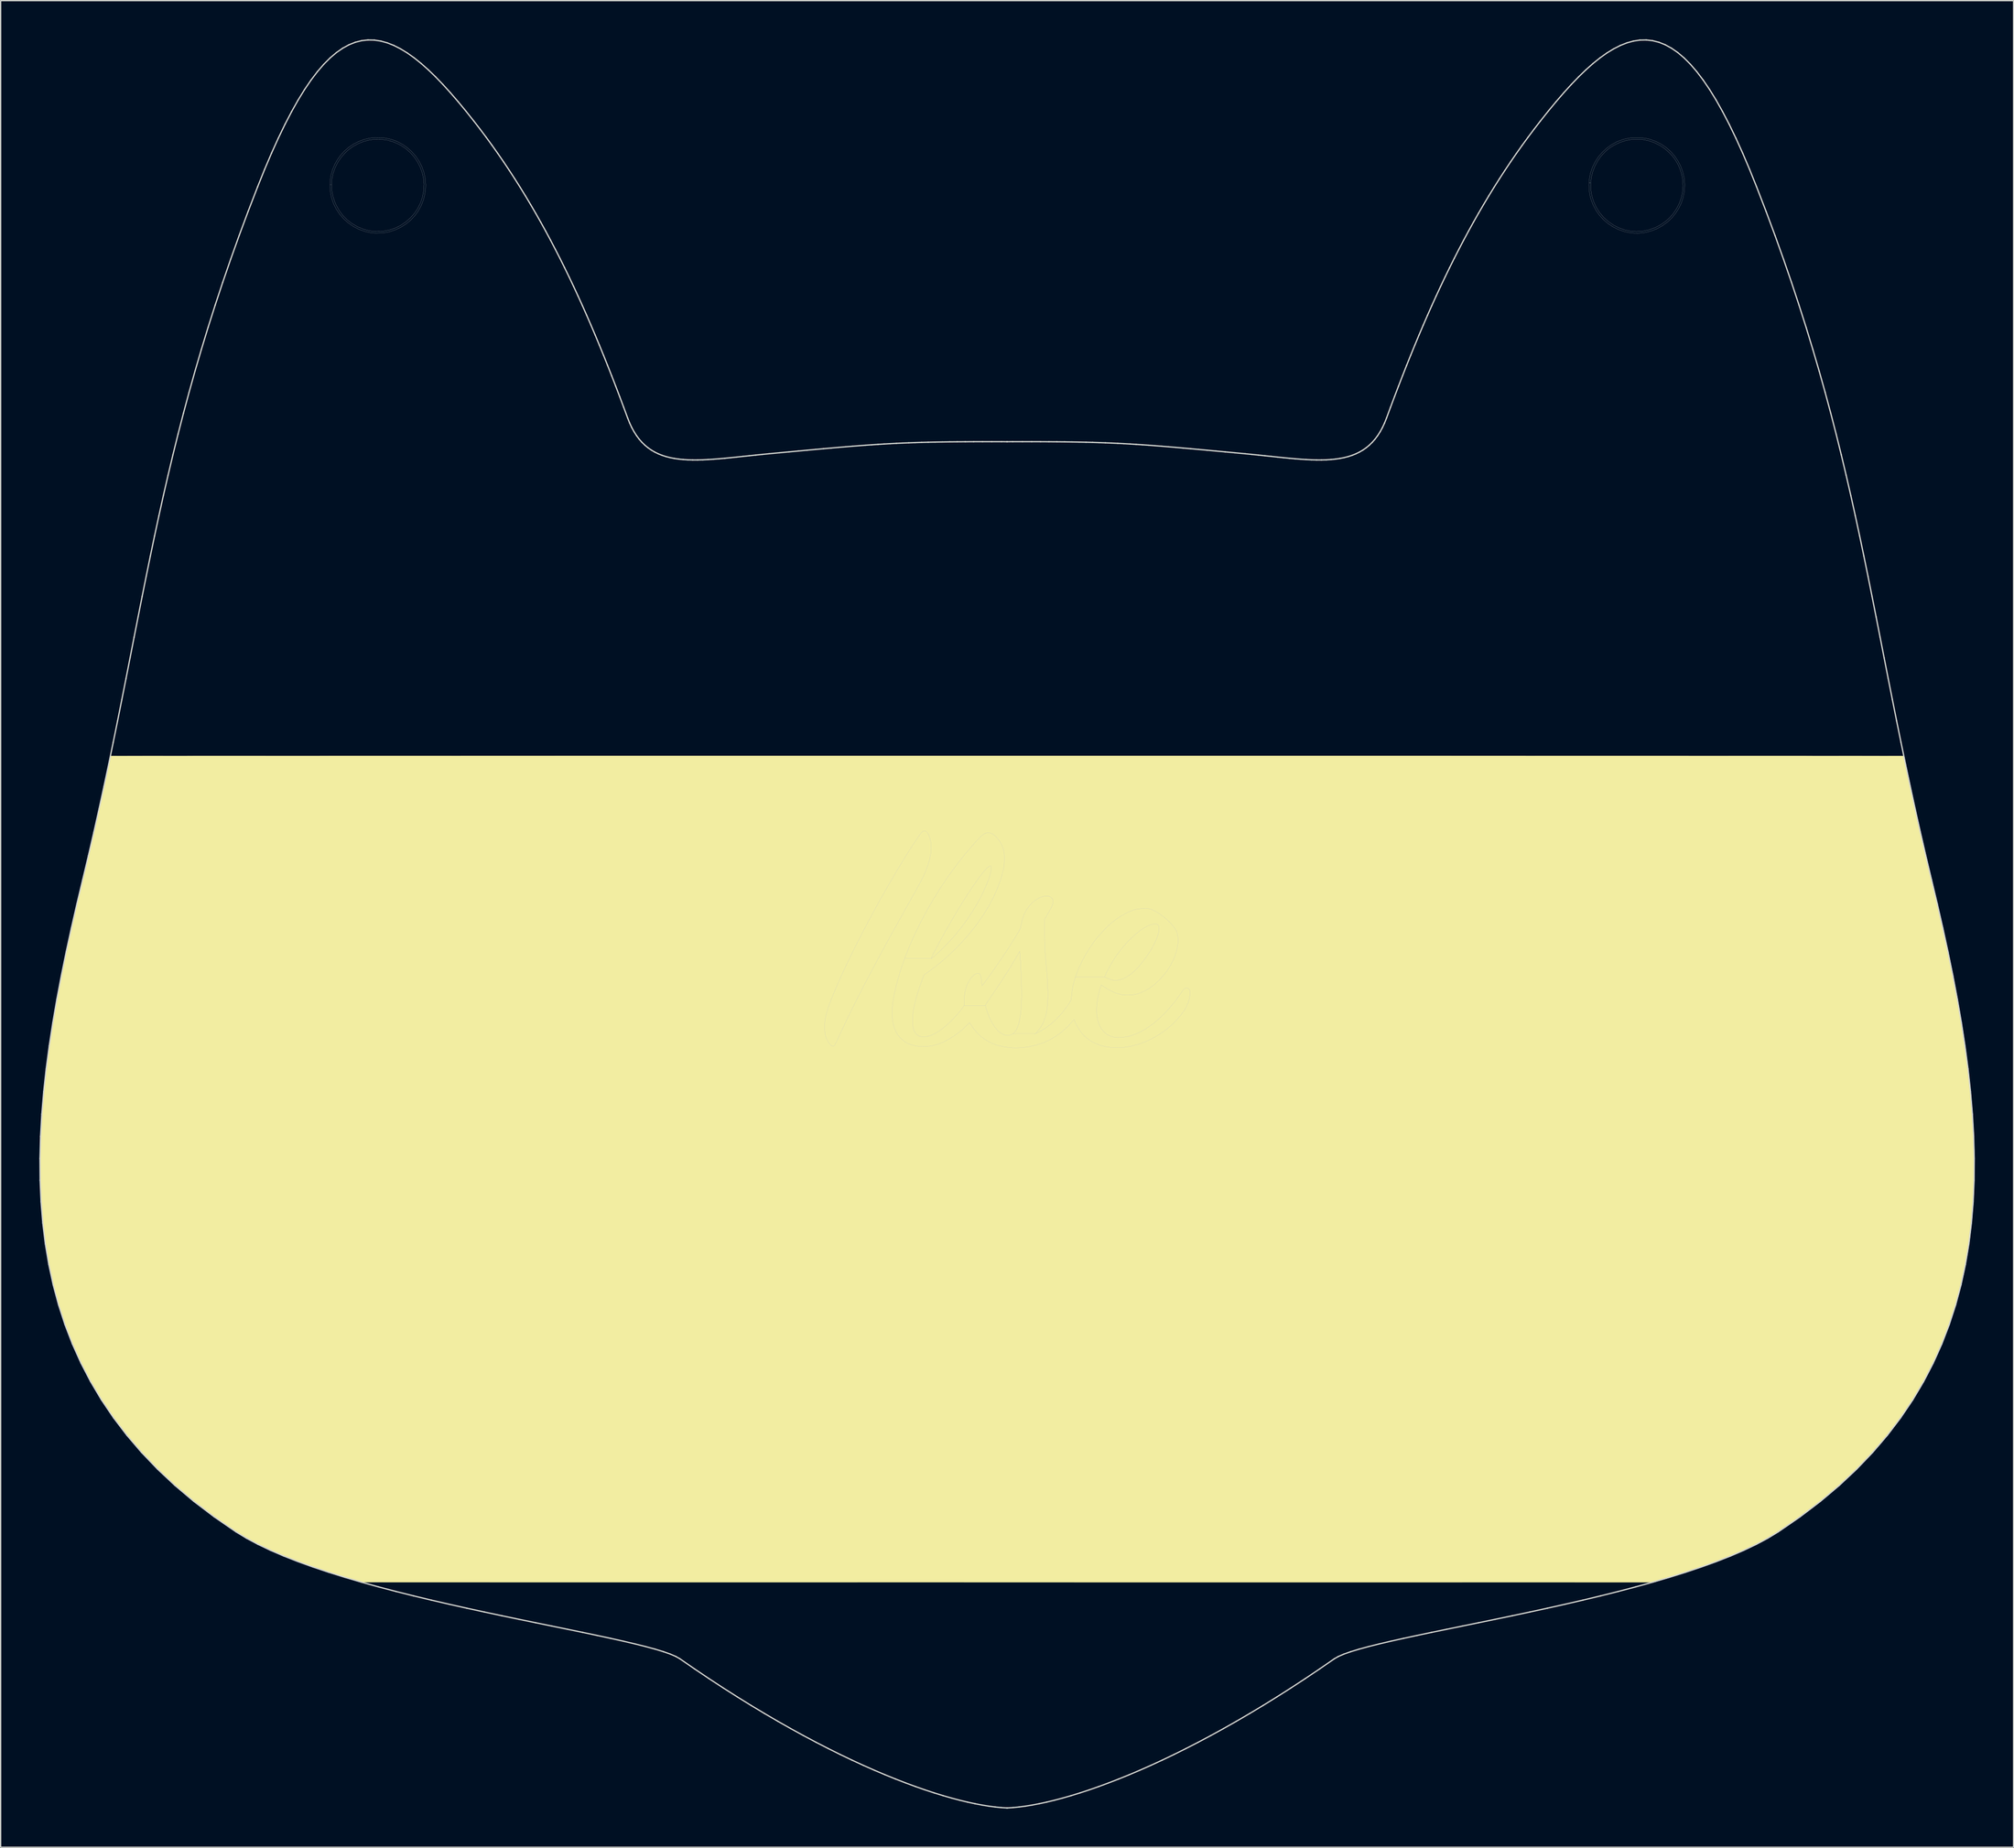
<source format=kicad_pcb>
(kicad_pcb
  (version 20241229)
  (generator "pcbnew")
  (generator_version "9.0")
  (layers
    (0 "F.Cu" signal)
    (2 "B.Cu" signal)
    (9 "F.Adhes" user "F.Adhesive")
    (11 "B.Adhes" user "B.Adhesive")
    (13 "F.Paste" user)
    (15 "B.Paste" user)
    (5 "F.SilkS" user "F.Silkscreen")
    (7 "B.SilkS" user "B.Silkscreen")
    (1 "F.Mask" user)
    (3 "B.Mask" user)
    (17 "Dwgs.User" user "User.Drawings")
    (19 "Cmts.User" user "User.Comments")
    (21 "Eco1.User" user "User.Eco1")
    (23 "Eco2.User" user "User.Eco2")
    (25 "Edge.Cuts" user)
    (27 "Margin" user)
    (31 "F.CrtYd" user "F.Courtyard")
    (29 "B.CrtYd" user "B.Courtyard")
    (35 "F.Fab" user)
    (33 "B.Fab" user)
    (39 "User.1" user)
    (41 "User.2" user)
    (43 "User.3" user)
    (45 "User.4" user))
  (footprint "sao_nametag_holder"
    (layer "F.Cu")
    (at 75.05 68.641)
    (property "Reference" "sao_nametag_holder" (at 0 0 0) (layer "F.SilkS") (effects (font (size 1.27 1.27) (thickness 0.15))))
    (attr through_hole)
    (fp_poly (pts (xy 23.634 -11.198) (xy 23.65 -11.133) (xy 23.664 -11.007) (xy 23.668 -10.966) (xy 23.777 -9.948) (xy 23.945 -8.926) (xy 24.174 -7.897) (xy 24.463 -6.858) (xy 24.636 -6.318) (xy 24.91 -5.548) (xy 25.204 -4.813) (xy 25.516 -4.116) (xy 25.844 -3.459) (xy 26.188 -2.845) (xy 26.544 -2.276) (xy 26.912 -1.755) (xy 27.29 -1.284) (xy 27.676 -0.866) (xy 28.068 -0.504) (xy 28.465 -0.199) (xy 28.865 0.045) (xy 28.969 0.098) (xy 29.22 0.221) (xy 28.72 0.46) (xy 28.557 0.537) (xy 28.414 0.604) (xy 28.302 0.656) (xy 28.229 0.689) (xy 28.206 0.699) (xy 28.174 0.713) (xy 28.097 0.752) (xy 27.987 0.81) (xy 27.854 0.881) (xy 27.835 0.892) (xy 27.343 1.179) (xy 26.911 1.474) (xy 26.541 1.776) (xy 26.432 1.878) (xy 26.222 2.091) (xy 26.042 2.299) (xy 25.887 2.513) (xy 25.749 2.745) (xy 25.623 3.005) (xy 25.5 3.306) (xy 25.375 3.657) (xy 25.372 3.667) (xy 25.295 3.903) (xy 25.207 4.187) (xy 25.112 4.506) (xy 25.012 4.848) (xy 24.913 5.199) (xy 24.817 5.546) (xy 24.729 5.876) (xy 24.683 6.052) (xy 24.56 6.532) (xy 24.835 7.1) (xy 25.364 8.267) (xy 25.841 9.467) (xy 26.265 10.695) (xy 26.633 11.946) (xy 26.945 13.215) (xy 27.2 14.496) (xy 27.394 15.785) (xy 27.43 16.081) (xy 27.472 16.452) (xy 27.507 16.788) (xy 27.535 17.101) (xy 27.558 17.403) (xy 27.575 17.705) (xy 27.588 18.019) (xy 27.596 18.356) (xy 27.602 18.728) (xy 27.604 19.146) (xy 27.605 19.367) (xy 27.604 19.791) (xy 27.601 20.163) (xy 27.597 20.493) (xy 27.589 20.792) (xy 27.577 21.071) (xy 27.562 21.342) (xy 27.543 21.615) (xy 27.519 21.901) (xy 27.489 22.212) (xy 27.477 22.336) (xy 27.311 23.66) (xy 27.084 24.972) (xy 26.796 26.27) (xy 26.447 27.552) (xy 26.04 28.816) (xy 25.574 30.059) (xy 25.051 31.279) (xy 24.473 32.474) (xy 23.838 33.642) (xy 23.15 34.78) (xy 22.408 35.885) (xy 21.614 36.957) (xy 21.157 37.529) (xy 20.901 37.837) (xy 20.661 38.12) (xy 20.426 38.387) (xy 20.187 38.651) (xy 19.933 38.92) (xy 19.656 39.208) (xy 19.343 39.525) (xy 19.258 39.61) (xy 18.569 40.282) (xy 17.891 40.904) (xy 17.211 41.488) (xy 16.517 42.044) (xy 15.796 42.581) (xy 15.037 43.111) (xy 15.018 43.123) (xy 13.919 43.831) (xy 12.807 44.479) (xy 11.676 45.07) (xy 10.519 45.608) (xy 9.329 46.095) (xy 8.101 46.535) (xy 8.065 46.547) (xy 7.065 46.862) (xy 6.075 47.135) (xy 5.084 47.368) (xy 4.08 47.565) (xy 3.051 47.727) (xy 1.987 47.857) (xy 1.048 47.944) (xy 0.887 47.953) (xy 0.673 47.962) (xy 0.415 47.97) (xy 0.122 47.977) (xy -0.195 47.983) (xy -0.528 47.987) (xy -0.866 47.99) (xy -1.2 47.991) (xy -1.52 47.991) (xy -1.816 47.989) (xy -2.079 47.986) (xy -2.299 47.981) (xy -2.461 47.974) (xy -3.827 47.865) (xy -5.176 47.696) (xy -6.507 47.467) (xy -7.818 47.177) (xy -9.108 46.828) (xy -10.377 46.42) (xy -11.624 45.952) (xy -12.848 45.426) (xy -14.048 44.841) (xy -15.223 44.198) (xy -16.373 43.497) (xy -16.641 43.322) (xy -17.57 42.687) (xy -18.451 42.034) (xy -19.298 41.353) (xy -20.122 40.633) (xy -20.937 39.863) (xy -21.147 39.656) (xy -22.077 38.686) (xy -22.956 37.678) (xy -23.783 36.636) (xy -23.958 36.392) (xy 4.357 36.392) (xy 4.901 37.133) (xy 5.444 37.874) (xy 5.572 37.86) (xy 5.646 37.851) (xy 5.769 37.837) (xy 5.929 37.818) (xy 6.11 37.797) (xy 6.239 37.781) (xy 7.01 37.675) (xy 7.804 37.535) (xy 8.59 37.368) (xy 9.168 37.225) (xy 9.371 37.171) (xy 9.519 37.131) (xy 9.618 37.101) (xy 9.673 37.078) (xy 9.69 37.059) (xy 9.676 37.041) (xy 9.636 37.02) (xy 9.588 36.998) (xy 9.434 36.902) (xy 9.288 36.756) (xy 9.162 36.575) (xy 9.13 36.517) (xy 9.093 36.436) (xy 9.039 36.31) (xy 8.972 36.149) (xy 8.899 35.968) (xy 8.83 35.793) (xy 8.747 35.581) (xy 8.667 35.379) (xy 8.587 35.181) (xy 8.506 34.981) (xy 8.42 34.774) (xy 8.329 34.556) (xy 8.228 34.32) (xy 8.117 34.062) (xy 7.993 33.775) (xy 7.853 33.456) (xy 7.696 33.098) (xy 7.687 33.077) (xy 9.974 33.077) (xy 9.977 33.284) (xy 9.984 33.459) (xy 9.995 33.607) (xy 10.012 33.734) (xy 10.035 33.845) (xy 10.063 33.946) (xy 10.097 34.04) (xy 10.137 34.135) (xy 10.185 34.234) (xy 10.194 34.252) (xy 10.344 34.507) (xy 10.538 34.742) (xy 10.782 34.967) (xy 11.082 35.187) (xy 11.101 35.199) (xy 11.387 35.407) (xy 11.685 35.66) (xy 11.831 35.796) (xy 11.958 35.918) (xy 12.07 36.022) (xy 12.158 36.103) (xy 12.215 36.151) (xy 12.231 36.162) (xy 12.268 36.15) (xy 12.35 36.117) (xy 12.464 36.069) (xy 12.575 36.02) (xy 13.628 35.512) (xy 14.651 34.948) (xy 15.643 34.331) (xy 16.601 33.662) (xy 17.523 32.942) (xy 18.406 32.174) (xy 19.25 31.359) (xy 20.05 30.499) (xy 20.806 29.596) (xy 21.187 29.1) (xy 21.863 28.143) (xy 22.485 27.156) (xy 23.051 26.14) (xy 23.561 25.098) (xy 24.014 24.032) (xy 24.411 22.946) (xy 24.749 21.84) (xy 25.029 20.719) (xy 25.25 19.584) (xy 25.411 18.438) (xy 25.512 17.282) (xy 25.552 16.121) (xy 25.53 14.955) (xy 25.446 13.788) (xy 25.335 12.863) (xy 25.262 12.382) (xy 25.179 11.906) (xy 25.088 11.447) (xy 24.993 11.015) (xy 24.895 10.62) (xy 24.796 10.272) (xy 24.749 10.123) (xy 24.696 9.97) (xy 24.638 9.804) (xy 24.576 9.635) (xy 24.516 9.472) (xy 24.46 9.325) (xy 24.412 9.204) (xy 24.376 9.12) (xy 24.357 9.081) (xy 24.354 9.081) (xy 24.346 9.142) (xy 24.33 9.256) (xy 24.309 9.414) (xy 24.282 9.607) (xy 24.251 9.828) (xy 24.218 10.068) (xy 24.183 10.318) (xy 24.147 10.571) (xy 24.113 10.817) (xy 24.08 11.05) (xy 24.05 11.26) (xy 24.025 11.439) (xy 24.005 11.579) (xy 23.992 11.672) (xy 23.986 11.708) (xy 23.971 11.77) (xy 23.943 11.8) (xy 23.882 11.81) (xy 23.816 11.811) (xy 23.664 11.811) (xy 23.609 11.216) (xy 23.473 10.059) (xy 23.288 8.94) (xy 23.052 7.86) (xy 22.765 6.817) (xy 22.428 5.814) (xy 22.041 4.848) (xy 21.603 3.922) (xy 21.467 3.66) (xy 21.374 3.488) (xy 21.278 3.314) (xy 21.183 3.146) (xy 21.094 2.994) (xy 21.018 2.865) (xy 20.957 2.769) (xy 20.919 2.714) (xy 20.908 2.704) (xy 20.893 2.736) (xy 20.858 2.82) (xy 20.806 2.949) (xy 20.739 3.115) (xy 20.661 3.311) (xy 20.574 3.53) (xy 20.481 3.765) (xy 20.386 4.008) (xy 20.29 4.252) (xy 20.196 4.491) (xy 20.108 4.715) (xy 20.029 4.92) (xy 19.961 5.096) (xy 19.907 5.237) (xy 19.87 5.336) (xy 19.865 5.35) (xy 19.817 5.485) (xy 19.754 5.663) (xy 19.681 5.868) (xy 19.606 6.083) (xy 19.543 6.264) (xy 19.078 7.501) (xy 18.554 8.717) (xy 17.969 9.914) (xy 17.325 11.092) (xy 16.62 12.25) (xy 16.279 12.771) (xy 15.815 13.447) (xy 15.34 14.102) (xy 14.843 14.751) (xy 14.314 15.407) (xy 13.812 16.002) (xy 13.397 16.5) (xy 13.032 16.97) (xy 12.713 17.419) (xy 12.438 17.852) (xy 12.203 18.277) (xy 12.006 18.699) (xy 11.842 19.126) (xy 11.709 19.563) (xy 11.604 20.017) (xy 11.522 20.494) (xy 11.509 20.59) (xy 11.473 20.845) (xy 11.435 21.087) (xy 11.392 21.324) (xy 11.342 21.566) (xy 11.284 21.822) (xy 11.215 22.101) (xy 11.132 22.412) (xy 11.034 22.766) (xy 10.923 23.16) (xy 10.81 23.558) (xy 10.714 23.905) (xy 10.633 24.211) (xy 10.566 24.485) (xy 10.509 24.737) (xy 10.462 24.976) (xy 10.422 25.211) (xy 10.388 25.453) (xy 10.356 25.71) (xy 10.326 25.993) (xy 10.321 26.037) (xy 10.283 26.434) (xy 10.248 26.844) (xy 10.215 27.273) (xy 10.184 27.726) (xy 10.154 28.208) (xy 10.126 28.726) (xy 10.099 29.284) (xy 10.073 29.888) (xy 10.047 30.544) (xy 10.021 31.256) (xy 10.017 31.381) (xy 10.002 31.826) (xy 9.99 32.213) (xy 9.981 32.547) (xy 9.976 32.833) (xy 9.974 33.077) (xy 7.687 33.077) (xy 7.518 32.696) (xy 7.319 32.245) (xy 7.174 31.918) (xy 7.072 31.689) (xy 6.978 31.481) (xy 6.895 31.3) (xy 6.826 31.152) (xy 6.775 31.044) (xy 6.744 30.984) (xy 6.735 30.973) (xy 6.721 31.004) (xy 6.683 31.088) (xy 6.623 31.223) (xy 6.543 31.403) (xy 6.445 31.626) (xy 6.33 31.886) (xy 6.201 32.18) (xy 6.058 32.504) (xy 5.905 32.854) (xy 5.743 33.225) (xy 5.572 33.613) (xy 5.539 33.689) (xy 4.357 36.392) (xy -23.958 36.392) (xy -24.558 35.56) (xy -25.28 34.452) (xy -25.948 33.316) (xy -26.562 32.151) (xy -27.121 30.961) (xy -27.623 29.747) (xy -28.07 28.512) (xy -28.459 27.256) (xy -28.79 25.982) (xy -29.062 24.692) (xy -29.274 23.388) (xy -29.427 22.072) (xy -29.518 20.745) (xy -29.548 19.41) (xy -29.515 18.068) (xy -29.494 17.669) (xy -29.379 16.321) (xy -29.317 15.847) (xy -18.462 15.847) (xy -18.435 17.032) (xy -18.345 18.222) (xy -18.288 18.733) (xy -18.113 19.883) (xy -17.876 21.021) (xy -17.578 22.145) (xy -17.22 23.253) (xy -16.802 24.342) (xy -16.325 25.412) (xy -15.79 26.46) (xy -15.198 27.483) (xy -14.723 28.223) (xy -14.626 28.365) (xy -14.502 28.54) (xy -14.36 28.737) (xy -14.206 28.947) (xy -14.049 29.16) (xy -13.896 29.365) (xy -13.754 29.551) (xy -13.63 29.71) (xy -13.534 29.831) (xy -13.509 29.861) (xy -13.427 29.956) (xy -13.495 29.782) (xy -13.55 29.625) (xy -13.612 29.422) (xy -13.676 29.192) (xy -13.738 28.951) (xy -13.793 28.717) (xy -13.837 28.506) (xy -13.843 28.472) (xy -13.932 27.8) (xy -13.959 27.115) (xy -13.925 26.417) (xy -13.829 25.708) (xy -13.672 24.989) (xy -13.458 24.273) (xy -13.387 24.072) (xy -13.313 23.872) (xy -13.231 23.667) (xy -13.141 23.454) (xy -13.04 23.229) (xy -12.926 22.987) (xy -12.797 22.723) (xy -12.65 22.434) (xy -12.483 22.115) (xy -12.295 21.761) (xy -12.083 21.369) (xy -11.845 20.934) (xy -11.579 20.451) (xy -11.365 20.066) (xy -11.103 19.593) (xy -10.871 19.171) (xy -10.667 18.796) (xy -10.489 18.463) (xy -10.335 18.168) (xy -10.203 17.908) (xy -10.091 17.679) (xy -9.997 17.476) (xy -9.918 17.295) (xy -9.854 17.132) (xy -9.8 16.984) (xy -9.786 16.939) (xy -9.695 16.647) (xy -9.626 16.395) (xy -9.576 16.165) (xy -9.543 15.94) (xy -9.523 15.7) (xy -9.513 15.428) (xy -9.511 15.208) (xy -9.512 14.971) (xy -9.515 14.783) (xy -9.522 14.631) (xy -9.533 14.501) (xy -9.55 14.379) (xy -9.574 14.252) (xy -9.582 14.216) (xy -9.703 13.728) (xy -9.85 13.296) (xy -10.024 12.92) (xy -10.227 12.597) (xy -10.459 12.325) (xy -10.722 12.103) (xy -11.017 11.928) (xy -11.2 11.849) (xy -11.303 11.812) (xy -11.397 11.789) (xy -11.501 11.775) (xy -11.632 11.769) (xy -11.795 11.767) (xy -11.98 11.771) (xy -12.132 11.785) (xy -12.268 11.813) (xy -12.405 11.861) (xy -12.558 11.933) (xy -12.745 12.034) (xy -12.788 12.059) (xy -12.972 12.157) (xy -13.174 12.254) (xy -13.381 12.347) (xy -13.584 12.429) (xy -13.77 12.497) (xy -13.927 12.545) (xy -14.045 12.57) (xy -14.079 12.573) (xy -14.252 12.542) (xy -14.422 12.457) (xy -14.578 12.326) (xy -14.707 12.157) (xy -14.751 12.077) (xy -14.797 11.975) (xy -14.82 11.888) (xy -14.826 11.787) (xy -14.821 11.673) (xy -14.801 11.517) (xy -14.759 11.374) (xy -14.69 11.234) (xy -14.585 11.084) (xy -14.44 10.913) (xy -14.336 10.801) (xy -14.133 10.599) (xy -13.944 10.435) (xy -13.747 10.294) (xy -13.523 10.162) (xy -13.341 10.067) (xy -12.933 9.883) (xy -12.544 9.749) (xy -12.158 9.661) (xy -11.763 9.617) (xy -11.525 9.61) (xy -11.08 9.631) (xy -10.662 9.698) (xy -10.257 9.816) (xy -9.849 9.987) (xy -9.684 10.071) (xy -9.39 10.237) (xy -9.133 10.405) (xy -8.893 10.592) (xy -8.648 10.813) (xy -8.552 10.906) (xy -8.227 11.263) (xy -7.955 11.639) (xy -7.733 12.043) (xy -7.558 12.482) (xy -7.425 12.961) (xy -7.378 13.192) (xy -7.353 13.38) (xy -7.334 13.616) (xy -7.323 13.888) (xy -7.318 14.18) (xy -7.32 14.48) (xy -7.329 14.772) (xy -7.345 15.043) (xy -7.368 15.279) (xy -7.377 15.351) (xy -7.487 15.975) (xy -7.631 16.591) (xy -7.815 17.215) (xy -8.043 17.864) (xy -8.059 17.907) (xy -8.118 18.059) (xy -8.175 18.206) (xy -8.234 18.35) (xy -8.296 18.498) (xy -8.363 18.654) (xy -8.437 18.821) (xy -8.521 19.004) (xy -8.616 19.209) (xy -8.726 19.439) (xy -8.85 19.698) (xy -8.993 19.992) (xy -9.156 20.325) (xy -9.34 20.701) (xy -9.549 21.125) (xy -9.784 21.6) (xy -9.794 21.622) (xy -10.028 22.095) (xy -10.235 22.515) (xy -10.418 22.886) (xy -10.577 23.212) (xy -10.716 23.496) (xy -10.836 23.743) (xy -10.938 23.956) (xy -11.025 24.139) (xy -11.099 24.296) (xy -11.16 24.431) (xy -11.211 24.548) (xy -11.254 24.65) (xy -11.291 24.742) (xy -11.323 24.828) (xy -11.353 24.91) (xy -11.381 24.994) (xy -11.382 24.998) (xy -11.474 25.291) (xy -11.542 25.554) (xy -11.589 25.805) (xy -11.617 26.065) (xy -11.632 26.354) (xy -11.634 26.575) (xy -11.631 26.869) (xy -11.619 27.118) (xy -11.595 27.339) (xy -11.558 27.549) (xy -11.503 27.766) (xy -11.429 28.008) (xy -11.428 28.012) (xy -11.338 28.265) (xy -11.235 28.509) (xy -11.113 28.752) (xy -10.968 29.003) (xy -10.795 29.269) (xy -10.59 29.558) (xy -10.346 29.878) (xy -10.168 30.103) (xy -9.988 30.325) (xy -9.787 30.57) (xy -9.569 30.831) (xy -9.338 31.105) (xy -9.098 31.387) (xy -8.853 31.672) (xy -8.608 31.956) (xy -8.366 32.233) (xy -8.131 32.499) (xy -7.909 32.75) (xy -7.702 32.98) (xy -7.515 33.185) (xy -7.353 33.361) (xy -7.218 33.502) (xy -7.116 33.603) (xy -7.051 33.661) (xy -7.05 33.661) (xy -6.916 33.742) (xy -6.766 33.805) (xy -6.627 33.84) (xy -6.588 33.843) (xy -6.517 33.836) (xy -6.421 33.816) (xy -6.401 33.811) (xy -6.203 33.726) (xy -6.035 33.59) (xy -5.895 33.401) (xy -5.782 33.157) (xy -5.695 32.857) (xy -5.666 32.709) (xy -5.655 32.638) (xy -5.646 32.551) (xy -5.638 32.443) (xy -5.631 32.309) (xy -5.625 32.143) (xy -5.619 31.941) (xy -5.615 31.698) (xy -5.611 31.409) (xy -5.608 31.068) (xy -5.604 30.671) (xy -5.603 30.48) (xy -5.6 30.118) (xy -5.596 29.763) (xy -5.592 29.422) (xy -5.586 29.102) (xy -5.581 28.811) (xy -5.574 28.555) (xy -5.568 28.342) (xy -5.562 28.179) (xy -5.556 28.083) (xy -5.452 27.078) (xy -5.291 26.104) (xy -5.075 25.159) (xy -4.802 24.241) (xy -4.471 23.352) (xy -4.084 22.488) (xy -3.638 21.65) (xy -3.134 20.836) (xy -2.571 20.045) (xy -1.949 19.277) (xy -1.268 18.53) (xy -1.206 18.467) (xy -0.967 18.224) (xy -0.734 17.997) (xy -0.5 17.778) (xy -0.255 17.557) (xy 0.01 17.326) (xy 0.305 17.078) (xy 0.639 16.803) (xy 0.762 16.704) (xy 1.09 16.431) (xy 1.402 16.158) (xy 1.693 15.89) (xy 1.954 15.635) (xy 2.18 15.399) (xy 2.363 15.188) (xy 2.434 15.097) (xy 2.737 14.649) (xy 3.012 14.15) (xy 3.257 13.609) (xy 3.469 13.033) (xy 3.645 12.43) (xy 3.78 11.808) (xy 3.828 11.519) (xy 3.851 11.324) (xy 3.87 11.081) (xy 3.885 10.803) (xy 3.894 10.506) (xy 3.899 10.203) (xy 3.899 9.91) (xy 3.892 9.642) (xy 3.88 9.412) (xy 3.876 9.366) (xy 3.789 8.615) (xy 3.656 7.834) (xy 3.602 7.572) (xy 3.529 7.214) (xy 3.469 6.884) (xy 3.421 6.569) (xy 3.384 6.257) (xy 3.357 5.935) (xy 3.338 5.592) (xy 3.326 5.215) (xy 3.321 4.791) (xy 3.32 4.619) (xy 3.318 3.667) (xy 3.425 3.449) (xy 3.542 3.25) (xy 3.673 3.095) (xy 3.81 2.991) (xy 3.899 2.955) (xy 4.067 2.938) (xy 4.263 2.966) (xy 4.476 3.033) (xy 4.693 3.136) (xy 4.902 3.269) (xy 5.069 3.406) (xy 5.162 3.498) (xy 5.283 3.624) (xy 5.421 3.774) (xy 5.565 3.934) (xy 5.664 4.048) (xy 5.798 4.201) (xy 5.927 4.348) (xy 6.043 4.478) (xy 6.136 4.579) (xy 6.187 4.632) (xy 6.326 4.772) (xy 6.971 4.751) (xy 7.356 4.733) (xy 7.719 4.708) (xy 8.053 4.675) (xy 8.35 4.636) (xy 8.604 4.591) (xy 8.805 4.543) (xy 8.894 4.513) (xy 8.975 4.465) (xy 9.06 4.377) (xy 9.152 4.244) (xy 9.255 4.059) (xy 9.309 3.956) (xy 9.395 3.788) (xy 9.493 3.606) (xy 9.588 3.438) (xy 9.629 3.368) (xy 9.794 3.124) (xy 9.96 2.939) (xy 10.124 2.813) (xy 10.282 2.745) (xy 10.431 2.735) (xy 10.569 2.784) (xy 10.692 2.891) (xy 10.797 3.056) (xy 10.881 3.28) (xy 10.906 3.377) (xy 10.924 3.481) (xy 10.942 3.635) (xy 10.959 3.828) (xy 10.974 4.048) (xy 10.985 4.263) (xy 11.001 4.569) (xy 11.02 4.821) (xy 11.047 5.028) (xy 11.085 5.201) (xy 11.135 5.349) (xy 11.202 5.482) (xy 11.289 5.608) (xy 11.399 5.738) (xy 11.497 5.843) (xy 11.769 6.144) (xy 11.987 6.423) (xy 12.154 6.689) (xy 12.273 6.946) (xy 12.347 7.202) (xy 12.38 7.462) (xy 12.383 7.558) (xy 12.371 7.769) (xy 12.335 7.985) (xy 12.271 8.215) (xy 12.177 8.466) (xy 12.049 8.749) (xy 11.885 9.07) (xy 11.828 9.176) (xy 11.737 9.348) (xy 11.65 9.524) (xy 11.575 9.685) (xy 11.521 9.814) (xy 11.51 9.842) (xy 11.44 10.099) (xy 11.406 10.371) (xy 11.407 10.636) (xy 11.442 10.855) (xy 11.485 11.004) (xy 11.533 11.137) (xy 11.579 11.244) (xy 11.62 11.312) (xy 11.648 11.33) (xy 11.677 11.307) (xy 11.749 11.247) (xy 11.86 11.152) (xy 12.005 11.026) (xy 12.182 10.873) (xy 12.384 10.697) (xy 12.609 10.501) (xy 12.851 10.289) (xy 13.07 10.097) (xy 13.622 9.612) (xy 14.128 9.166) (xy 14.59 8.758) (xy 15.01 8.386) (xy 15.389 8.048) (xy 15.731 7.741) (xy 16.037 7.465) (xy 16.309 7.217) (xy 16.548 6.995) (xy 16.758 6.798) (xy 16.941 6.623) (xy 17.097 6.47) (xy 17.229 6.335) (xy 17.34 6.217) (xy 17.431 6.114) (xy 17.505 6.024) (xy 17.53 5.991) (xy 17.67 5.782) (xy 17.819 5.516) (xy 17.976 5.2) (xy 18.138 4.839) (xy 18.302 4.438) (xy 18.414 4.143) (xy 18.571 3.734) (xy 18.717 3.381) (xy 18.855 3.08) (xy 18.989 2.824) (xy 19.12 2.608) (xy 19.208 2.483) (xy 19.384 2.267) (xy 19.584 2.057) (xy 19.791 1.867) (xy 19.988 1.715) (xy 20.01 1.7) (xy 20.114 1.624) (xy 20.165 1.569) (xy 20.168 1.536) (xy 20.127 1.481) (xy 20.047 1.387) (xy 19.934 1.262) (xy 19.795 1.112) (xy 19.636 0.944) (xy 19.464 0.765) (xy 19.284 0.58) (xy 19.103 0.398) (xy 18.928 0.224) (xy 18.764 0.064) (xy 18.661 -0.034) (xy 17.889 -0.732) (xy 17.115 -1.374) (xy 16.33 -1.967) (xy 15.524 -2.517) (xy 14.687 -3.033) (xy 13.808 -3.52) (xy 13.339 -3.76) (xy 12.281 -4.255) (xy 11.2 -4.69) (xy 10.099 -5.066) (xy 8.981 -5.383) (xy 7.847 -5.639) (xy 6.701 -5.835) (xy 5.544 -5.97) (xy 4.378 -6.044) (xy 3.206 -6.057) (xy 2.031 -6.007) (xy 0.854 -5.896) (xy 0.318 -5.824) (xy -0.826 -5.626) (xy -1.953 -5.367) (xy -3.063 -5.049) (xy -4.153 -4.673) (xy -5.22 -4.241) (xy -6.263 -3.755) (xy -7.278 -3.215) (xy -8.264 -2.624) (xy -9.217 -1.982) (xy -10.137 -1.292) (xy -11.019 -0.555) (xy -11.863 0.228) (xy -12.665 1.055) (xy -13.424 1.924) (xy -14.136 2.835) (xy -14.724 3.672) (xy -15.363 4.684) (xy -15.943 5.72) (xy -16.464 6.779) (xy -16.926 7.857) (xy -17.327 8.955) (xy -17.669 10.07) (xy -17.95 11.2) (xy -18.171 12.345) (xy -18.33 13.502) (xy -18.427 14.67) (xy -18.462 15.847) (xy -29.317 15.847) (xy -29.204 14.987) (xy -28.967 13.669) (xy -28.67 12.369) (xy -28.313 11.088) (xy -27.897 9.827) (xy -27.422 8.587) (xy -26.889 7.371) (xy -26.299 6.179) (xy -25.653 5.014) (xy -24.95 3.875) (xy -24.191 2.765) (xy -23.377 1.686) (xy -22.509 0.638) (xy -22.325 0.429) (xy -22.166 0.253) (xy -21.968 0.043) (xy -21.741 -0.193) (xy -21.493 -0.447) (xy -21.231 -0.711) (xy -20.964 -0.976) (xy -20.7 -1.235) (xy -20.448 -1.479) (xy -20.214 -1.701) (xy -20.008 -1.892) (xy -19.844 -2.039) (xy -18.793 -2.914) (xy -17.722 -3.729) (xy -16.629 -4.487) (xy -15.511 -5.187) (xy -14.366 -5.831) (xy -13.193 -6.421) (xy -11.989 -6.957) (xy -10.954 -7.366) (xy -9.693 -7.803) (xy -8.416 -8.179) (xy -7.124 -8.495) (xy -5.819 -8.75) (xy -4.505 -8.944) (xy -3.183 -9.077) (xy -1.856 -9.149) (xy -0.526 -9.159) (xy 0.803 -9.108) (xy 2.131 -8.996) (xy 3.454 -8.822) (xy 4.769 -8.586) (xy 6.076 -8.288) (xy 6.219 -8.252) (xy 7.501 -7.888) (xy 8.764 -7.464) (xy 10.003 -6.982) (xy 11.219 -6.442) (xy 12.409 -5.846) (xy 13.57 -5.194) (xy 14.701 -4.489) (xy 15.8 -3.73) (xy 16.865 -2.919) (xy 17.894 -2.056) (xy 18.633 -1.385) (xy 18.763 -1.263) (xy 18.879 -1.159) (xy 18.971 -1.078) (xy 19.032 -1.028) (xy 19.052 -1.016) (xy 19.093 -1.036) (xy 19.174 -1.093) (xy 19.284 -1.178) (xy 19.417 -1.287) (xy 19.564 -1.41) (xy 19.717 -1.543) (xy 19.868 -1.677) (xy 20.008 -1.806) (xy 20.091 -1.885) (xy 20.393 -2.193) (xy 20.663 -2.495) (xy 20.906 -2.802) (xy 21.125 -3.12) (xy 21.327 -3.458) (xy 21.514 -3.824) (xy 21.693 -4.226) (xy 21.868 -4.673) (xy 22.044 -5.171) (xy 22.103 -5.35) (xy 22.216 -5.703) (xy 22.328 -6.069) (xy 22.441 -6.456) (xy 22.555 -6.868) (xy 22.673 -7.311) (xy 22.796 -7.79) (xy 22.926 -8.313) (xy 23.063 -8.883) (xy 23.21 -9.507) (xy 23.287 -9.837) (xy 23.352 -10.118) (xy 23.414 -10.38) (xy 23.47 -10.618) (xy 23.52 -10.823) (xy 23.561 -10.991) (xy 23.593 -11.114) (xy 23.613 -11.185) (xy 23.618 -11.199) (xy 23.634 -11.198)) (stroke (width 0.01) (type solid)) (fill yes) (layer "F.Cu"))
    (fp_poly (pts (xy 2.119 -13.049) (xy 4.207 -13.049) (xy 6.279 -13.049) (xy 8.334 -13.049) (xy 10.372 -13.049) (xy 12.391 -13.049) (xy 14.39 -13.049) (xy 16.369 -13.049) (xy 18.326 -13.049) (xy 20.261 -13.049) (xy 22.173 -13.049) (xy 24.061 -13.048) (xy 25.924 -13.048) (xy 27.761 -13.048) (xy 29.571 -13.048) (xy 31.354 -13.048) (xy 33.107 -13.048) (xy 34.831 -13.047) (xy 36.525 -13.047) (xy 38.188 -13.047) (xy 39.818 -13.047) (xy 41.415 -13.046) (xy 42.977 -13.046) (xy 44.505 -13.046) (xy 45.997 -13.046) (xy 47.452 -13.045) (xy 48.87 -13.045) (xy 50.248 -13.045) (xy 51.587 -13.045) (xy 52.886 -13.044) (xy 54.144 -13.044) (xy 55.359 -13.044) (xy 56.531 -13.043) (xy 57.658 -13.043) (xy 58.741 -13.043) (xy 59.778 -13.042) (xy 60.768 -13.042) (xy 61.711 -13.042) (xy 62.605 -13.041) (xy 63.449 -13.041) (xy 64.243 -13.041) (xy 64.985 -13.04) (xy 65.676 -13.04) (xy 66.313 -13.039) (xy 66.896 -13.039) (xy 67.424 -13.039) (xy 67.896 -13.038) (xy 68.311 -13.038) (xy 68.669 -13.037) (xy 68.968 -13.037) (xy 69.207 -13.037) (xy 69.386 -13.036) (xy 69.504 -13.036) (xy 69.56 -13.035) (xy 69.564 -13.035) (xy 69.571 -13.001) (xy 69.589 -12.911) (xy 69.618 -12.772) (xy 69.656 -12.59) (xy 69.702 -12.373) (xy 69.754 -12.127) (xy 69.811 -11.858) (xy 69.872 -11.573) (xy 69.934 -11.279) (xy 69.998 -10.981) (xy 70.061 -10.688) (xy 70.122 -10.404) (xy 70.179 -10.137) (xy 70.232 -9.894) (xy 70.278 -9.681) (xy 70.291 -9.62) (xy 70.407 -9.09) (xy 70.52 -8.579) (xy 70.631 -8.079) (xy 70.743 -7.582) (xy 70.857 -7.081) (xy 70.975 -6.568) (xy 71.098 -6.034) (xy 71.229 -5.474) (xy 71.369 -4.878) (xy 71.52 -4.239) (xy 71.684 -3.549) (xy 71.753 -3.26) (xy 71.994 -2.242) (xy 72.219 -1.281) (xy 72.429 -0.369) (xy 72.625 0.499) (xy 72.808 1.328) (xy 72.98 2.124) (xy 73.141 2.893) (xy 73.293 3.639) (xy 73.437 4.37) (xy 73.574 5.09) (xy 73.706 5.804) (xy 73.833 6.519) (xy 73.853 6.635) (xy 74.136 8.348) (xy 74.379 10.012) (xy 74.583 11.63) (xy 74.749 13.203) (xy 74.875 14.733) (xy 74.962 16.221) (xy 75.01 17.668) (xy 75.02 19.077) (xy 74.99 20.45) (xy 74.922 21.787) (xy 74.814 23.09) (xy 74.668 24.362) (xy 74.483 25.603) (xy 74.259 26.816) (xy 74.18 27.194) (xy 73.859 28.55) (xy 73.485 29.874) (xy 73.057 31.166) (xy 72.575 32.427) (xy 72.039 33.658) (xy 71.448 34.858) (xy 70.803 36.029) (xy 70.102 37.17) (xy 69.345 38.282) (xy 68.533 39.367) (xy 67.664 40.423) (xy 66.739 41.452) (xy 65.757 42.454) (xy 64.718 43.429) (xy 63.622 44.379) (xy 62.467 45.303) (xy 61.254 46.201) (xy 60.676 46.607) (xy 60.263 46.889) (xy 59.888 47.139) (xy 59.541 47.361) (xy 59.21 47.563) (xy 58.884 47.752) (xy 58.553 47.934) (xy 58.206 48.114) (xy 57.83 48.301) (xy 57.579 48.422) (xy 56.87 48.748) (xy 56.1 49.075) (xy 55.27 49.403) (xy 54.384 49.732) (xy 53.443 50.061) (xy 52.449 50.388) (xy 51.404 50.714) (xy 50.784 50.899) (xy 50.15 51.086) (xy 0.000368 51.083) (xy -50.149 51.08) (xy -50.625 50.938) (xy -51.508 50.672) (xy -52.332 50.415) (xy -53.105 50.164) (xy -53.831 49.918) (xy -54.515 49.676) (xy -55.162 49.434) (xy -55.778 49.192) (xy -56.368 48.947) (xy -56.938 48.697) (xy -57.491 48.441) (xy -57.896 48.245) (xy -58.268 48.058) (xy -58.611 47.878) (xy -58.936 47.699) (xy -59.254 47.514) (xy -59.578 47.316) (xy -59.918 47.097) (xy -60.285 46.852) (xy -60.644 46.607) (xy -61.88 45.722) (xy -63.059 44.812) (xy -64.18 43.877) (xy -65.244 42.916) (xy -66.251 41.928) (xy -67.202 40.914) (xy -68.096 39.872) (xy -68.934 38.802) (xy -69.717 37.703) (xy -70.444 36.575) (xy -71.117 35.417) (xy -71.734 34.229) (xy -72.297 33.01) (xy -72.806 31.759) (xy -73.26 30.476) (xy -73.661 29.161) (xy -74.008 27.812) (xy -74.303 26.43) (xy -74.544 25.013) (xy -74.733 23.562) (xy -74.87 22.075) (xy -74.954 20.552) (xy -74.987 18.992) (xy -74.982 18.05) (xy -74.952 16.836) (xy -74.898 15.614) (xy -74.817 14.378) (xy -74.711 13.122) (xy -74.578 11.84) (xy -74.417 10.525) (xy -74.229 9.17) (xy -74.011 7.771) (xy -73.832 6.705) (xy -73.721 6.068) (xy -73.606 5.438) (xy -73.489 4.809) (xy -73.368 4.177) (xy -73.24 3.536) (xy -73.107 2.881) (xy -72.965 2.207) (xy -72.815 1.509) (xy -72.655 0.78) (xy -72.484 0.018) (xy -72.301 -0.785) (xy -72.105 -1.633) (xy -71.894 -2.532) (xy -71.668 -3.486) (xy -71.644 -3.588) (xy -71.472 -4.31) (xy -71.314 -4.979) (xy -71.167 -5.604) (xy -71.029 -6.193) (xy -70.9 -6.755) (xy -70.775 -7.298) (xy -70.655 -7.831) (xy -70.536 -8.362) (xy -70.417 -8.9) (xy -70.295 -9.454) (xy -70.183 -9.97) (xy -70.133 -10.202) (xy -70.077 -10.459) (xy -70.018 -10.734) (xy -69.957 -11.021) (xy -69.895 -11.312) (xy -69.833 -11.601) (xy -69.774 -11.882) (xy -69.717 -12.147) (xy -69.666 -12.39) (xy -69.621 -12.604) (xy -69.584 -12.782) (xy -69.556 -12.918) (xy -69.538 -13.005) (xy -69.532 -13.036) (xy -69.501 -13.036) (xy -69.407 -13.037) (xy -69.251 -13.037) (xy -69.034 -13.038) (xy -68.758 -13.038) (xy -68.422 -13.038) (xy -68.029 -13.039) (xy -67.578 -13.039) (xy -67.071 -13.039) (xy -66.509 -13.04) (xy -65.892 -13.04) (xy -65.222 -13.041) (xy -64.499 -13.041) (xy -63.725 -13.041) (xy -62.9 -13.042) (xy -62.025 -13.042) (xy -61.1 -13.042) (xy -60.128 -13.043) (xy -59.109 -13.043) (xy -58.043 -13.043) (xy -56.933 -13.044) (xy -55.777 -13.044) (xy -54.578 -13.044) (xy -53.337 -13.044) (xy -52.054 -13.045) (xy -50.73 -13.045) (xy -49.366 -13.045) (xy -47.963 -13.046) (xy -46.523 -13.046) (xy -45.044 -13.046) (xy -43.53 -13.046) (xy -41.981 -13.047) (xy -40.397 -13.047) (xy -38.779 -13.047) (xy -37.129 -13.047) (xy -35.447 -13.047) (xy -33.734 -13.048) (xy -31.991 -13.048) (xy -30.22 -13.048) (xy -28.42 -13.048) (xy -26.593 -13.048) (xy -24.74 -13.048) (xy -22.862 -13.049) (xy -20.959 -13.049) (xy -19.032 -13.049) (xy -17.083 -13.049) (xy -15.112 -13.049) (xy -13.121 -13.049) (xy -11.109 -13.049) (xy -9.079 -13.049) (xy -7.03 -13.049) (xy -4.964 -13.049) (xy -2.882 -13.049) (xy -0.785 -13.049) (xy 0.016 -13.049) (xy 2.119 -13.049)) (stroke (width 0.01) (type solid)) (fill yes) (layer "F.SilkS"))
    (fp_poly (pts (xy -6.372 -7.216) (xy -6.302 -7.189) (xy -6.234 -7.146) (xy -6.175 -7.08) (xy -6.114 -6.976) (xy -6.081 -6.909) (xy -5.964 -6.595) (xy -5.899 -6.246) (xy -5.884 -5.864) (xy -5.921 -5.452) (xy -6.007 -5.011) (xy -6.144 -4.545) (xy -6.33 -4.054) (xy -6.543 -3.588) (xy -6.612 -3.451) (xy -6.709 -3.268) (xy -6.826 -3.048) (xy -6.961 -2.801) (xy -7.108 -2.534) (xy -7.261 -2.257) (xy -7.417 -1.98) (xy -7.468 -1.889) (xy -8.158 -0.663) (xy -8.812 0.511) (xy -9.429 1.636) (xy -10.011 2.711) (xy -10.558 3.738) (xy -11.071 4.717) (xy -11.549 5.65) (xy -11.993 6.536) (xy -12.403 7.377) (xy -12.781 8.173) (xy -12.922 8.476) (xy -13.026 8.701) (xy -13.124 8.91) (xy -13.212 9.094) (xy -13.287 9.246) (xy -13.344 9.359) (xy -13.38 9.424) (xy -13.389 9.437) (xy -13.469 9.488) (xy -13.563 9.478) (xy -13.671 9.406) (xy -13.711 9.368) (xy -13.838 9.207) (xy -13.956 9.004) (xy -14.054 8.778) (xy -14.086 8.684) (xy -14.115 8.542) (xy -14.135 8.354) (xy -14.145 8.135) (xy -14.146 7.9) (xy -14.137 7.666) (xy -14.118 7.448) (xy -14.089 7.263) (xy -14.085 7.243) (xy -14.01 6.945) (xy -13.902 6.595) (xy -13.763 6.195) (xy -13.592 5.745) (xy -13.39 5.249) (xy -13.159 4.707) (xy -12.899 4.122) (xy -12.611 3.494) (xy -12.433 3.118) (xy -12.063 2.351) (xy -11.67 1.561) (xy -11.258 0.755) (xy -10.83 -0.061) (xy -10.392 -0.879) (xy -9.946 -1.693) (xy -9.496 -2.495) (xy -9.048 -3.279) (xy -8.603 -4.037) (xy -8.167 -4.763) (xy -7.742 -5.449) (xy -7.334 -6.089) (xy -7.013 -6.576) (xy -6.867 -6.791) (xy -6.748 -6.957) (xy -6.651 -7.078) (xy -6.571 -7.16) (xy -6.502 -7.207) (xy -6.437 -7.224) (xy -6.372 -7.216)) (stroke (width 0.01) (type solid)) (fill no) (layer "Dwgs.User"))
    (fp_poly (pts (xy -48.511 -61.012) (xy -48.197 -60.974) (xy -47.727 -60.868) (xy -47.286 -60.705) (xy -46.871 -60.484) (xy -46.481 -60.206) (xy -46.176 -59.931) (xy -45.855 -59.567) (xy -45.588 -59.172) (xy -45.377 -58.749) (xy -45.222 -58.303) (xy -45.126 -57.837) (xy -45.091 -57.357) (xy -45.096 -57.118) (xy -45.151 -56.638) (xy -45.265 -56.178) (xy -45.433 -55.743) (xy -45.653 -55.337) (xy -45.921 -54.963) (xy -46.234 -54.625) (xy -46.589 -54.328) (xy -46.983 -54.075) (xy -47.412 -53.869) (xy -47.873 -53.716) (xy -47.976 -53.69) (xy -48.173 -53.653) (xy -48.408 -53.626) (xy -48.662 -53.609) (xy -48.914 -53.603) (xy -49.143 -53.609) (xy -49.323 -53.627) (xy -49.807 -53.734) (xy -50.265 -53.898) (xy -50.694 -54.117) (xy -51.091 -54.39) (xy -51.423 -54.685) (xy -51.747 -55.053) (xy -52.016 -55.45) (xy -52.229 -55.876) (xy -52.384 -56.327) (xy -52.465 -56.706) (xy -52.513 -57.183) (xy -52.508 -57.357) (xy -52.385 -57.357) (xy -52.36 -56.902) (xy -52.274 -56.448) (xy -52.128 -56.001) (xy -52.026 -55.769) (xy -51.79 -55.348) (xy -51.508 -54.971) (xy -51.182 -54.638) (xy -50.813 -54.351) (xy -50.404 -54.113) (xy -50.354 -54.089) (xy -49.912 -53.908) (xy -49.47 -53.79) (xy -49.021 -53.733) (xy -48.561 -53.738) (xy -48.371 -53.756) (xy -47.904 -53.845) (xy -47.459 -53.992) (xy -47.039 -54.198) (xy -46.646 -54.459) (xy -46.284 -54.777) (xy -46.276 -54.785) (xy -45.957 -55.145) (xy -45.695 -55.533) (xy -45.491 -55.948) (xy -45.342 -56.393) (xy -45.249 -56.868) (xy -45.238 -56.959) (xy -45.219 -57.41) (xy -45.261 -57.857) (xy -45.359 -58.294) (xy -45.512 -58.715) (xy -45.716 -59.115) (xy -45.967 -59.489) (xy -46.263 -59.829) (xy -46.601 -60.132) (xy -46.976 -60.391) (xy -47.2 -60.513) (xy -47.635 -60.697) (xy -48.082 -60.82) (xy -48.535 -60.883) (xy -48.989 -60.888) (xy -49.438 -60.835) (xy -49.877 -60.725) (xy -50.3 -60.559) (xy -50.704 -60.338) (xy -51.081 -60.063) (xy -51.328 -59.837) (xy -51.644 -59.478) (xy -51.905 -59.09) (xy -52.111 -58.679) (xy -52.26 -58.25) (xy -52.352 -57.808) (xy -52.385 -57.357) (xy -52.508 -57.357) (xy -52.5 -57.647) (xy -52.432 -58.096) (xy -52.311 -58.526) (xy -52.142 -58.934) (xy -51.926 -59.316) (xy -51.669 -59.668) (xy -51.373 -59.988) (xy -51.042 -60.271) (xy -50.679 -60.514) (xy -50.288 -60.714) (xy -49.872 -60.868) (xy -49.435 -60.971) (xy -48.98 -61.02) (xy -48.511 -61.012)) (stroke (width 0.01) (type solid)) (fill no) (layer "Dwgs.User"))
    (fp_poly (pts (xy 49.188 -61.005) (xy 49.649 -60.934) (xy 49.872 -60.877) (xy 50.32 -60.715) (xy 50.737 -60.501) (xy 51.12 -60.238) (xy 51.464 -59.932) (xy 51.767 -59.587) (xy 52.025 -59.207) (xy 52.235 -58.797) (xy 52.394 -58.361) (xy 52.498 -57.905) (xy 52.544 -57.431) (xy 52.546 -57.309) (xy 52.516 -56.831) (xy 52.426 -56.371) (xy 52.282 -55.933) (xy 52.086 -55.52) (xy 51.842 -55.136) (xy 51.554 -54.785) (xy 51.223 -54.471) (xy 50.856 -54.199) (xy 50.453 -53.971) (xy 50.02 -53.793) (xy 49.56 -53.668) (xy 49.324 -53.627) (xy 49.132 -53.608) (xy 48.906 -53.6) (xy 48.671 -53.602) (xy 48.452 -53.613) (xy 48.319 -53.628) (xy 47.845 -53.729) (xy 47.396 -53.886) (xy 46.976 -54.095) (xy 46.588 -54.354) (xy 46.236 -54.658) (xy 45.924 -55.003) (xy 45.657 -55.387) (xy 45.438 -55.804) (xy 45.271 -56.253) (xy 45.193 -56.555) (xy 45.137 -56.942) (xy 45.123 -57.355) (xy 45.132 -57.489) (xy 45.255 -57.489) (xy 45.261 -57.039) (xy 45.268 -56.967) (xy 45.349 -56.49) (xy 45.488 -56.037) (xy 45.685 -55.611) (xy 45.938 -55.213) (xy 46.246 -54.846) (xy 46.291 -54.799) (xy 46.646 -54.484) (xy 47.032 -54.221) (xy 47.444 -54.012) (xy 47.876 -53.859) (xy 48.324 -53.764) (xy 48.782 -53.728) (xy 49.245 -53.754) (xy 49.34 -53.767) (xy 49.807 -53.868) (xy 50.247 -54.025) (xy 50.658 -54.234) (xy 51.034 -54.491) (xy 51.374 -54.792) (xy 51.673 -55.135) (xy 51.927 -55.514) (xy 52.133 -55.927) (xy 52.287 -56.37) (xy 52.385 -56.839) (xy 52.386 -56.848) (xy 52.417 -57.28) (xy 52.391 -57.723) (xy 52.309 -58.165) (xy 52.175 -58.594) (xy 52.04 -58.901) (xy 51.891 -59.172) (xy 51.73 -59.414) (xy 51.539 -59.646) (xy 51.358 -59.837) (xy 51.004 -60.15) (xy 50.621 -60.409) (xy 50.212 -60.614) (xy 49.785 -60.764) (xy 49.344 -60.857) (xy 48.895 -60.893) (xy 48.442 -60.871) (xy 47.992 -60.79) (xy 47.55 -60.649) (xy 47.319 -60.549) (xy 47.027 -60.399) (xy 46.777 -60.243) (xy 46.548 -60.068) (xy 46.383 -59.92) (xy 46.069 -59.583) (xy 45.803 -59.209) (xy 45.585 -58.805) (xy 45.42 -58.38) (xy 45.309 -57.939) (xy 45.255 -57.489) (xy 45.132 -57.489) (xy 45.152 -57.775) (xy 45.222 -58.183) (xy 45.245 -58.275) (xy 45.392 -58.711) (xy 45.594 -59.125) (xy 45.849 -59.514) (xy 46.15 -59.87) (xy 46.492 -60.188) (xy 46.87 -60.462) (xy 47.279 -60.686) (xy 47.368 -60.726) (xy 47.799 -60.879) (xy 48.253 -60.977) (xy 48.72 -61.019) (xy 49.188 -61.005)) (stroke (width 0.01) (type solid)) (fill no) (layer "Dwgs.User"))
    (fp_poly (pts (xy -1.277 -7.05) (xy -1.102 -6.965) (xy -0.927 -6.832) (xy -0.757 -6.657) (xy -0.6 -6.448) (xy -0.46 -6.211) (xy -0.345 -5.955) (xy -0.28 -5.761) (xy -0.251 -5.647) (xy -0.23 -5.539) (xy -0.218 -5.421) (xy -0.211 -5.275) (xy -0.21 -5.087) (xy -0.21 -5.032) (xy -0.212 -4.822) (xy -0.22 -4.654) (xy -0.235 -4.507) (xy -0.259 -4.359) (xy -0.296 -4.19) (xy -0.299 -4.175) (xy -0.493 -3.467) (xy -0.751 -2.756) (xy -1.072 -2.043) (xy -1.455 -1.327) (xy -1.903 -0.609) (xy -2.413 0.113) (xy -2.569 0.317) (xy -3.016 0.867) (xy -3.5 1.413) (xy -4.013 1.944) (xy -4.543 2.452) (xy -5.082 2.928) (xy -5.619 3.361) (xy -6.115 3.723) (xy -6.44 3.946) (xy -6.634 4.468) (xy -6.84 5.055) (xy -7.014 5.613) (xy -7.152 6.137) (xy -7.254 6.619) (xy -7.29 6.839) (xy -7.318 7.093) (xy -7.331 7.357) (xy -7.33 7.616) (xy -7.315 7.856) (xy -7.286 8.063) (xy -7.245 8.224) (xy -7.24 8.236) (xy -7.132 8.442) (xy -6.99 8.597) (xy -6.817 8.701) (xy -6.616 8.756) (xy -6.388 8.762) (xy -6.138 8.72) (xy -5.868 8.631) (xy -5.58 8.494) (xy -5.277 8.312) (xy -4.962 8.084) (xy -4.639 7.812) (xy -4.309 7.496) (xy -4.27 7.457) (xy -3.901 7.06) (xy -3.59 6.686) (xy -3.421 6.461) (xy -3.363 6.375) (xy -3.342 6.331) (xy -1.682 6.331) (xy -1.671 6.401) (xy -1.639 6.516) (xy -1.592 6.663) (xy -1.534 6.831) (xy -1.47 7.006) (xy -1.404 7.175) (xy -1.341 7.325) (xy -1.307 7.398) (xy -1.122 7.747) (xy -0.925 8.041) (xy -0.718 8.28) (xy -0.504 8.46) (xy -0.283 8.58) (xy -0.262 8.588) (xy -0.095 8.626) (xy 0.09 8.632) (xy 0.266 8.607) (xy 0.37 8.57) (xy 0.435 8.525) (xy 2.127 8.525) (xy 2.143 8.541) (xy 2.159 8.525) (xy 2.143 8.509) (xy 2.127 8.525) (xy 0.435 8.525) (xy 0.527 8.462) (xy 0.665 8.297) (xy 0.784 8.075) (xy 0.886 7.795) (xy 0.969 7.458) (xy 1.034 7.062) (xy 1.082 6.607) (xy 1.111 6.093) (xy 1.123 5.519) (xy 1.117 4.884) (xy 1.109 4.594) (xy 1.098 4.256) (xy 1.084 3.914) (xy 1.07 3.576) (xy 1.054 3.254) (xy 1.039 2.956) (xy 1.024 2.694) (xy 1.009 2.476) (xy 0.997 2.323) (xy 0.979 2.121) (xy 0.764 2.497) (xy 0.555 2.856) (xy 0.311 3.257) (xy 0.039 3.692) (xy -0.256 4.153) (xy -0.57 4.634) (xy -0.898 5.124) (xy -1.234 5.617) (xy -1.376 5.823) (xy -1.478 5.974) (xy -1.566 6.11) (xy -1.633 6.223) (xy -1.673 6.301) (xy -1.682 6.331) (xy -3.342 6.331) (xy -3.33 6.308) (xy -3.318 6.236) (xy -3.321 6.136) (xy -3.325 6.077) (xy -3.328 5.827) (xy -3.305 5.546) (xy -3.26 5.257) (xy -3.195 4.985) (xy -3.166 4.891) (xy -3.077 4.662) (xy -2.966 4.449) (xy -2.84 4.257) (xy -2.706 4.093) (xy -2.567 3.963) (xy -2.432 3.873) (xy -2.306 3.83) (xy -2.194 3.841) (xy -2.189 3.843) (xy -2.117 3.893) (xy -2.062 3.982) (xy -2.022 4.117) (xy -1.994 4.304) (xy -1.981 4.459) (xy -1.97 4.596) (xy -1.959 4.706) (xy -1.947 4.776) (xy -1.94 4.794) (xy -1.917 4.769) (xy -1.862 4.7) (xy -1.782 4.593) (xy -1.681 4.457) (xy -1.566 4.299) (xy -1.504 4.214) (xy -0.998 3.503) (xy -0.535 2.835) (xy -0.112 2.207) (xy 0.272 1.617) (xy 0.618 1.062) (xy 0.756 0.834) (xy 0.861 0.658) (xy 0.938 0.522) (xy 0.991 0.416) (xy 1.028 0.326) (xy 1.053 0.241) (xy 1.071 0.148) (xy 1.078 0.111) (xy 1.174 -0.326) (xy 1.315 -0.728) (xy 1.5 -1.09) (xy 1.727 -1.409) (xy 1.992 -1.683) (xy 2.295 -1.909) (xy 2.492 -2.019) (xy 2.742 -2.121) (xy 2.966 -2.172) (xy 3.162 -2.171) (xy 3.328 -2.118) (xy 3.458 -2.015) (xy 3.519 -1.933) (xy 3.548 -1.854) (xy 3.555 -1.746) (xy 3.555 -1.737) (xy 3.551 -1.65) (xy 3.537 -1.562) (xy 3.509 -1.467) (xy 3.465 -1.356) (xy 3.4 -1.222) (xy 3.313 -1.059) (xy 3.199 -0.858) (xy 3.054 -0.612) (xy 3.021 -0.556) (xy 2.908 -0.365) (xy 2.907 0.699) (xy 2.908 1.017) (xy 2.912 1.328) (xy 2.919 1.619) (xy 2.927 1.879) (xy 2.938 2.096) (xy 2.948 2.238) (xy 2.962 2.405) (xy 2.981 2.619) (xy 3.003 2.867) (xy 3.027 3.132) (xy 3.051 3.401) (xy 3.067 3.588) (xy 3.118 4.227) (xy 3.151 4.81) (xy 3.166 5.338) (xy 3.161 5.817) (xy 3.137 6.25) (xy 3.093 6.64) (xy 3.028 6.992) (xy 2.941 7.31) (xy 2.833 7.596) (xy 2.702 7.854) (xy 2.549 8.09) (xy 2.372 8.305) (xy 2.37 8.307) (xy 2.291 8.397) (xy 2.235 8.466) (xy 2.21 8.504) (xy 2.212 8.508) (xy 2.25 8.494) (xy 2.33 8.456) (xy 2.438 8.4) (xy 2.506 8.364) (xy 2.99 8.073) (xy 3.442 7.734) (xy 3.867 7.345) (xy 4.267 6.903) (xy 4.646 6.403) (xy 4.747 6.255) (xy 4.847 6.102) (xy 4.915 5.99) (xy 4.957 5.905) (xy 4.978 5.837) (xy 4.985 5.774) (xy 4.985 5.766) (xy 4.992 5.618) (xy 5.012 5.424) (xy 5.042 5.201) (xy 5.08 4.967) (xy 5.116 4.778) (xy 5.23 4.326) (xy 5.302 4.112) (xy 7.564 4.112) (xy 7.623 4.149) (xy 7.723 4.197) (xy 7.844 4.248) (xy 7.967 4.294) (xy 8.072 4.328) (xy 8.089 4.332) (xy 8.273 4.368) (xy 8.437 4.377) (xy 8.616 4.359) (xy 8.686 4.348) (xy 8.925 4.279) (xy 9.183 4.16) (xy 9.451 3.996) (xy 9.721 3.793) (xy 9.981 3.557) (xy 10.113 3.42) (xy 10.269 3.242) (xy 10.445 3.024) (xy 10.63 2.782) (xy 10.812 2.533) (xy 10.979 2.292) (xy 11.12 2.074) (xy 11.146 2.032) (xy 11.327 1.713) (xy 11.48 1.408) (xy 11.603 1.122) (xy 11.696 0.859) (xy 11.757 0.623) (xy 11.785 0.419) (xy 11.78 0.251) (xy 11.741 0.123) (xy 11.666 0.04) (xy 11.603 0.013) (xy 11.423 -0.002) (xy 11.215 0.034) (xy 10.983 0.118) (xy 10.73 0.246) (xy 10.461 0.414) (xy 10.18 0.619) (xy 9.892 0.858) (xy 9.601 1.128) (xy 9.312 1.424) (xy 9.027 1.744) (xy 8.753 2.084) (xy 8.492 2.441) (xy 8.419 2.548) (xy 8.232 2.838) (xy 8.05 3.139) (xy 7.883 3.434) (xy 7.741 3.705) (xy 7.682 3.83) (xy 7.628 3.949) (xy 7.588 4.044) (xy 7.566 4.101) (xy 7.564 4.112) (xy 5.302 4.112) (xy 5.392 3.847) (xy 5.596 3.349) (xy 5.838 2.843) (xy 6.115 2.338) (xy 6.42 1.843) (xy 6.75 1.367) (xy 6.815 1.28) (xy 6.979 1.074) (xy 7.176 0.844) (xy 7.393 0.606) (xy 7.617 0.371) (xy 7.835 0.155) (xy 8.035 -0.031) (xy 8.127 -0.11) (xy 8.429 -0.344) (xy 8.754 -0.563) (xy 9.088 -0.759) (xy 9.417 -0.926) (xy 9.728 -1.054) (xy 9.906 -1.112) (xy 10.091 -1.153) (xy 10.309 -1.182) (xy 10.537 -1.199) (xy 10.757 -1.201) (xy 10.946 -1.189) (xy 11.026 -1.176) (xy 11.235 -1.111) (xy 11.471 -1) (xy 11.722 -0.852) (xy 11.981 -0.673) (xy 12.237 -0.473) (xy 12.481 -0.258) (xy 12.703 -0.036) (xy 12.895 0.185) (xy 13.047 0.397) (xy 13.131 0.551) (xy 13.218 0.812) (xy 13.259 1.109) (xy 13.256 1.434) (xy 13.211 1.781) (xy 13.127 2.144) (xy 13.003 2.515) (xy 12.844 2.888) (xy 12.649 3.257) (xy 12.422 3.615) (xy 12.214 3.893) (xy 11.841 4.316) (xy 11.454 4.679) (xy 11.053 4.98) (xy 10.638 5.22) (xy 10.21 5.397) (xy 10.16 5.414) (xy 9.948 5.466) (xy 9.699 5.502) (xy 9.436 5.522) (xy 9.182 5.522) (xy 8.96 5.503) (xy 8.914 5.495) (xy 8.502 5.387) (xy 8.091 5.219) (xy 7.691 4.996) (xy 7.548 4.901) (xy 7.302 4.729) (xy 7.27 4.812) (xy 7.249 4.876) (xy 7.217 4.985) (xy 7.178 5.124) (xy 7.144 5.25) (xy 7.029 5.759) (xy 6.96 6.239) (xy 6.937 6.688) (xy 6.96 7.103) (xy 7.029 7.482) (xy 7.144 7.822) (xy 7.304 8.122) (xy 7.482 8.35) (xy 7.704 8.545) (xy 7.963 8.687) (xy 8.257 8.778) (xy 8.586 8.817) (xy 8.949 8.803) (xy 9.345 8.738) (xy 9.509 8.698) (xy 9.955 8.551) (xy 10.406 8.342) (xy 10.859 8.075) (xy 11.313 7.752) (xy 11.764 7.375) (xy 12.21 6.945) (xy 12.648 6.466) (xy 13.076 5.939) (xy 13.49 5.366) (xy 13.496 5.358) (xy 13.609 5.197) (xy 13.697 5.083) (xy 13.768 5.009) (xy 13.832 4.969) (xy 13.896 4.954) (xy 13.97 4.958) (xy 13.974 4.958) (xy 14.038 4.991) (xy 14.107 5.058) (xy 14.123 5.08) (xy 14.16 5.141) (xy 14.181 5.199) (xy 14.189 5.275) (xy 14.187 5.386) (xy 14.183 5.461) (xy 14.14 5.778) (xy 14.049 6.095) (xy 13.906 6.417) (xy 13.711 6.748) (xy 13.46 7.092) (xy 13.198 7.402) (xy 12.763 7.841) (xy 12.278 8.245) (xy 11.748 8.609) (xy 11.177 8.93) (xy 11.156 8.94) (xy 10.646 9.171) (xy 10.135 9.352) (xy 9.627 9.485) (xy 9.126 9.57) (xy 8.637 9.607) (xy 8.162 9.596) (xy 7.706 9.538) (xy 7.274 9.433) (xy 6.869 9.282) (xy 6.496 9.085) (xy 6.158 8.842) (xy 5.859 8.554) (xy 5.757 8.433) (xy 5.677 8.323) (xy 5.586 8.184) (xy 5.493 8.029) (xy 5.403 7.869) (xy 5.323 7.717) (xy 5.259 7.584) (xy 5.218 7.482) (xy 5.207 7.43) (xy 5.19 7.421) (xy 5.147 7.459) (xy 5.12 7.491) (xy 4.729 7.938) (xy 4.298 8.336) (xy 3.83 8.683) (xy 3.329 8.979) (xy 2.799 9.22) (xy 2.241 9.407) (xy 1.659 9.535) (xy 1.275 9.587) (xy 1.008 9.606) (xy 0.718 9.614) (xy 0.435 9.61) (xy 0.238 9.599) (xy 0.004 9.571) (xy -0.257 9.528) (xy -0.519 9.473) (xy -0.754 9.413) (xy -0.826 9.392) (xy -1.268 9.219) (xy -1.675 8.994) (xy -2.046 8.717) (xy -2.381 8.388) (xy -2.678 8.008) (xy -2.721 7.944) (xy -2.911 7.656) (xy -3.099 7.847) (xy -3.428 8.158) (xy -3.787 8.452) (xy -4.164 8.722) (xy -4.548 8.961) (xy -4.928 9.159) (xy -5.291 9.311) (xy -5.351 9.331) (xy -5.781 9.447) (xy -6.213 9.51) (xy -6.637 9.518) (xy -7.048 9.474) (xy -7.437 9.376) (xy -7.747 9.25) (xy -7.944 9.132) (xy -8.144 8.971) (xy -8.331 8.784) (xy -8.489 8.588) (xy -8.593 8.414) (xy -8.709 8.149) (xy -8.795 7.888) (xy -8.854 7.616) (xy -8.888 7.317) (xy -8.902 6.977) (xy -8.903 6.858) (xy -8.896 6.562) (xy -8.876 6.276) (xy -8.842 5.982) (xy -8.79 5.665) (xy -8.72 5.31) (xy -8.695 5.194) (xy -8.483 4.337) (xy -8.218 3.457) (xy -7.947 2.688) (xy -5.882 2.688) (xy -5.875 2.693) (xy -5.842 2.669) (xy -5.771 2.612) (xy -5.673 2.528) (xy -5.556 2.427) (xy -5.533 2.407) (xy -5.34 2.231) (xy -5.119 2.018) (xy -4.881 1.781) (xy -4.638 1.532) (xy -4.402 1.283) (xy -4.186 1.047) (xy -4.001 0.835) (xy -3.966 0.793) (xy -3.495 0.201) (xy -3.052 -0.412) (xy -2.641 -1.038) (xy -2.268 -1.667) (xy -1.938 -2.293) (xy -1.654 -2.907) (xy -1.422 -3.501) (xy -1.415 -3.523) (xy -1.346 -3.737) (xy -1.291 -3.94) (xy -1.251 -4.124) (xy -1.228 -4.278) (xy -1.225 -4.391) (xy -1.238 -4.444) (xy -1.267 -4.492) (xy -1.299 -4.504) (xy -1.355 -4.482) (xy -1.393 -4.463) (xy -1.496 -4.39) (xy -1.628 -4.264) (xy -1.785 -4.089) (xy -1.965 -3.868) (xy -2.166 -3.605) (xy -2.386 -3.302) (xy -2.622 -2.964) (xy -2.871 -2.592) (xy -3.133 -2.192) (xy -3.403 -1.765) (xy -3.68 -1.316) (xy -3.962 -0.847) (xy -4.022 -0.746) (xy -4.212 -0.422) (xy -4.403 -0.092) (xy -4.592 0.24) (xy -4.778 0.568) (xy -4.957 0.888) (xy -5.127 1.196) (xy -5.286 1.487) (xy -5.431 1.758) (xy -5.56 2.003) (xy -5.671 2.217) (xy -5.761 2.398) (xy -5.828 2.539) (xy -5.869 2.637) (xy -5.882 2.688) (xy -7.947 2.688) (xy -7.902 2.559) (xy -7.538 1.649) (xy -7.129 0.732) (xy -6.679 -0.186) (xy -6.189 -1.1) (xy -5.664 -2.003) (xy -5.106 -2.892) (xy -4.518 -3.759) (xy -3.903 -4.601) (xy -3.264 -5.41) (xy -2.604 -6.182) (xy -2.403 -6.406) (xy -2.205 -6.617) (xy -2.038 -6.782) (xy -1.894 -6.905) (xy -1.767 -6.992) (xy -1.65 -7.047) (xy -1.536 -7.074) (xy -1.445 -7.08) (xy -1.277 -7.05)) (stroke (width 0.01) (type solid)) (fill no) (layer "Dwgs.User"))
    (fp_line (start -75 18.195) (end -74.988 19.884) (stroke (width 0.1) (type solid)) (layer "Edge.Cuts"))
    (fp_line (start -74.988 19.884) (end -74.917 21.553) (stroke (width 0.1) (type solid)) (layer "Edge.Cuts"))
    (fp_line (start -74.955 16.485) (end -75 18.195) (stroke (width 0.1) (type solid)) (layer "Edge.Cuts"))
    (fp_line (start -74.917 21.553) (end -74.783 23.2) (stroke (width 0.1) (type solid)) (layer "Edge.Cuts"))
    (fp_line (start -74.858 14.756) (end -74.955 16.485) (stroke (width 0.1) (type solid)) (layer "Edge.Cuts"))
    (fp_line (start -74.783 23.2) (end -74.584 24.824) (stroke (width 0.1) (type solid)) (layer "Edge.Cuts"))
    (fp_line (start -74.711 13.009) (end -74.858 14.756) (stroke (width 0.1) (type solid)) (layer "Edge.Cuts"))
    (fp_line (start -74.584 24.824) (end -74.315 26.426) (stroke (width 0.1) (type solid)) (layer "Edge.Cuts"))
    (fp_line (start -74.518 11.244) (end -74.711 13.009) (stroke (width 0.1) (type solid)) (layer "Edge.Cuts"))
    (fp_line (start -74.315 26.426) (end -73.975 28.004) (stroke (width 0.1) (type solid)) (layer "Edge.Cuts"))
    (fp_line (start -74.281 9.461) (end -74.518 11.244) (stroke (width 0.1) (type solid)) (layer "Edge.Cuts"))
    (fp_line (start -74.005 7.663) (end -74.281 9.461) (stroke (width 0.1) (type solid)) (layer "Edge.Cuts"))
    (fp_line (start -73.975 28.004) (end -73.558 29.557) (stroke (width 0.1) (type solid)) (layer "Edge.Cuts"))
    (fp_line (start -73.692 5.849) (end -74.005 7.663) (stroke (width 0.1) (type solid)) (layer "Edge.Cuts"))
    (fp_line (start -73.558 29.557) (end -73.063 31.085) (stroke (width 0.1) (type solid)) (layer "Edge.Cuts"))
    (fp_line (start -73.345 4.02) (end -73.692 5.849) (stroke (width 0.1) (type solid)) (layer "Edge.Cuts"))
    (fp_line (start -73.063 31.085) (end -72.486 32.587) (stroke (width 0.1) (type solid)) (layer "Edge.Cuts"))
    (fp_line (start -72.969 2.178) (end -73.345 4.02) (stroke (width 0.1) (type solid)) (layer "Edge.Cuts"))
    (fp_line (start -72.565 0.322) (end -72.969 2.178) (stroke (width 0.1) (type solid)) (layer "Edge.Cuts"))
    (fp_line (start -72.486 32.587) (end -71.824 34.062) (stroke (width 0.1) (type solid)) (layer "Edge.Cuts"))
    (fp_line (start -72.138 -1.546) (end -72.565 0.322) (stroke (width 0.1) (type solid)) (layer "Edge.Cuts"))
    (fp_line (start -71.824 34.062) (end -71.073 35.509) (stroke (width 0.1) (type solid)) (layer "Edge.Cuts"))
    (fp_line (start -71.689 -3.426) (end -72.138 -1.546) (stroke (width 0.1) (type solid)) (layer "Edge.Cuts"))
    (fp_line (start -71.244 -5.292) (end -71.689 -3.426) (stroke (width 0.1) (type solid)) (layer "Edge.Cuts"))
    (fp_line (start -71.073 35.509) (end -70.231 36.928) (stroke (width 0.1) (type solid)) (layer "Edge.Cuts"))
    (fp_line (start -70.822 -7.118) (end -71.244 -5.292) (stroke (width 0.1) (type solid)) (layer "Edge.Cuts"))
    (fp_line (start -70.422 -8.908) (end -70.822 -7.118) (stroke (width 0.1) (type solid)) (layer "Edge.Cuts"))
    (fp_line (start -70.231 36.928) (end -69.293 38.318) (stroke (width 0.1) (type solid)) (layer "Edge.Cuts"))
    (fp_line (start -70.039 -10.665) (end -70.422 -8.908) (stroke (width 0.1) (type solid)) (layer "Edge.Cuts"))
    (fp_line (start -69.673 -12.39) (end -70.039 -10.665) (stroke (width 0.1) (type solid)) (layer "Edge.Cuts"))
    (fp_line (start -69.321 -14.088) (end -69.673 -12.39) (stroke (width 0.1) (type solid)) (layer "Edge.Cuts"))
    (fp_line (start -69.293 38.318) (end -68.257 39.678) (stroke (width 0.1) (type solid)) (layer "Edge.Cuts"))
    (fp_line (start -68.981 -15.759) (end -69.321 -14.088) (stroke (width 0.1) (type solid)) (layer "Edge.Cuts"))
    (fp_line (start -68.652 -17.409) (end -68.981 -15.759) (stroke (width 0.1) (type solid)) (layer "Edge.Cuts"))
    (fp_line (start -68.329 -19.038) (end -68.652 -17.409) (stroke (width 0.1) (type solid)) (layer "Edge.Cuts"))
    (fp_line (start -68.257 39.678) (end -67.12 41.007) (stroke (width 0.1) (type solid)) (layer "Edge.Cuts"))
    (fp_line (start -68.013 -20.649) (end -68.329 -19.038) (stroke (width 0.1) (type solid)) (layer "Edge.Cuts"))
    (fp_line (start -67.701 -22.247) (end -68.013 -20.649) (stroke (width 0.1) (type solid)) (layer "Edge.Cuts"))
    (fp_line (start -67.389 -23.832) (end -67.701 -22.247) (stroke (width 0.1) (type solid)) (layer "Edge.Cuts"))
    (fp_line (start -67.12 41.007) (end -65.878 42.305) (stroke (width 0.1) (type solid)) (layer "Edge.Cuts"))
    (fp_line (start -67.077 -25.408) (end -67.389 -23.832) (stroke (width 0.1) (type solid)) (layer "Edge.Cuts"))
    (fp_line (start -66.762 -26.977) (end -67.077 -25.408) (stroke (width 0.1) (type solid)) (layer "Edge.Cuts"))
    (fp_line (start -66.442 -28.543) (end -66.762 -26.977) (stroke (width 0.1) (type solid)) (layer "Edge.Cuts"))
    (fp_line (start -66.114 -30.107) (end -66.442 -28.543) (stroke (width 0.1) (type solid)) (layer "Edge.Cuts"))
    (fp_line (start -65.878 42.305) (end -64.529 43.571) (stroke (width 0.1) (type solid)) (layer "Edge.Cuts"))
    (fp_line (start -65.777 -31.673) (end -66.114 -30.107) (stroke (width 0.1) (type solid)) (layer "Edge.Cuts"))
    (fp_line (start -65.429 -33.244) (end -65.777 -31.673) (stroke (width 0.1) (type solid)) (layer "Edge.Cuts"))
    (fp_line (start -65.066 -34.821) (end -65.429 -33.244) (stroke (width 0.1) (type solid)) (layer "Edge.Cuts"))
    (fp_line (start -64.688 -36.408) (end -65.066 -34.821) (stroke (width 0.1) (type solid)) (layer "Edge.Cuts"))
    (fp_line (start -64.529 43.571) (end -63.068 44.804) (stroke (width 0.1) (type solid)) (layer "Edge.Cuts"))
    (fp_line (start -64.292 -38.008) (end -64.688 -36.408) (stroke (width 0.1) (type solid)) (layer "Edge.Cuts"))
    (fp_line (start -63.875 -39.623) (end -64.292 -38.008) (stroke (width 0.1) (type solid)) (layer "Edge.Cuts"))
    (fp_line (start -63.436 -41.255) (end -63.875 -39.623) (stroke (width 0.1) (type solid)) (layer "Edge.Cuts"))
    (fp_line (start -63.068 44.804) (end -61.492 46.002) (stroke (width 0.1) (type solid)) (layer "Edge.Cuts"))
    (fp_line (start -62.973 -42.908) (end -63.436 -41.255) (stroke (width 0.1) (type solid)) (layer "Edge.Cuts"))
    (fp_line (start -62.482 -44.584) (end -62.973 -42.908) (stroke (width 0.1) (type solid)) (layer "Edge.Cuts"))
    (fp_line (start -61.964 -46.286) (end -62.482 -44.584) (stroke (width 0.1) (type solid)) (layer "Edge.Cuts"))
    (fp_line (start -61.492 46.002) (end -59.8 47.168) (stroke (width 0.1) (type solid)) (layer "Edge.Cuts"))
    (fp_line (start -61.413 -48.017) (end -61.964 -46.286) (stroke (width 0.1) (type solid)) (layer "Edge.Cuts"))
    (fp_line (start -60.83 -49.78) (end -61.413 -48.017) (stroke (width 0.1) (type solid)) (layer "Edge.Cuts"))
    (fp_line (start -60.211 -51.576) (end -60.83 -49.78) (stroke (width 0.1) (type solid)) (layer "Edge.Cuts"))
    (fp_line (start -59.8 47.168) (end -58.989 47.661) (stroke (width 0.1) (type solid)) (layer "Edge.Cuts"))
    (fp_line (start -59.556 -53.409) (end -60.211 -51.576) (stroke (width 0.1) (type solid)) (layer "Edge.Cuts"))
    (fp_line (start -58.989 47.661) (end -58.095 48.139) (stroke (width 0.1) (type solid)) (layer "Edge.Cuts"))
    (fp_line (start -58.86 -55.282) (end -59.556 -53.409) (stroke (width 0.1) (type solid)) (layer "Edge.Cuts"))
    (fp_line (start -58.122 -57.196) (end -58.86 -55.282) (stroke (width 0.1) (type solid)) (layer "Edge.Cuts"))
    (fp_line (start -58.095 48.139) (end -57.124 48.602) (stroke (width 0.1) (type solid)) (layer "Edge.Cuts"))
    (fp_line (start -57.58 -58.546) (end -58.122 -57.196) (stroke (width 0.1) (type solid)) (layer "Edge.Cuts"))
    (fp_line (start -57.124 48.602) (end -56.083 49.05) (stroke (width 0.1) (type solid)) (layer "Edge.Cuts"))
    (fp_line (start -57.046 -59.802) (end -57.58 -58.546) (stroke (width 0.1) (type solid)) (layer "Edge.Cuts"))
    (fp_line (start -56.519 -60.967) (end -57.046 -59.802) (stroke (width 0.1) (type solid)) (layer "Edge.Cuts"))
    (fp_line (start -56.083 49.05) (end -54.979 49.483) (stroke (width 0.1) (type solid)) (layer "Edge.Cuts"))
    (fp_line (start -56 -62.042) (end -56.519 -60.967) (stroke (width 0.1) (type solid)) (layer "Edge.Cuts"))
    (fp_line (start -55.487 -63.029) (end -56 -62.042) (stroke (width 0.1) (type solid)) (layer "Edge.Cuts"))
    (fp_line (start -54.981 -63.93) (end -55.487 -63.029) (stroke (width 0.1) (type solid)) (layer "Edge.Cuts"))
    (fp_line (start -54.979 49.483) (end -53.817 49.902) (stroke (width 0.1) (type solid)) (layer "Edge.Cuts"))
    (fp_line (start -54.478 -64.746) (end -54.981 -63.93) (stroke (width 0.1) (type solid)) (layer "Edge.Cuts"))
    (fp_line (start -53.98 -65.478) (end -54.478 -64.746) (stroke (width 0.1) (type solid)) (layer "Edge.Cuts"))
    (fp_line (start -53.817 49.902) (end -52.606 50.307) (stroke (width 0.1) (type solid)) (layer "Edge.Cuts"))
    (fp_line (start -53.486 -66.129) (end -53.98 -65.478) (stroke (width 0.1) (type solid)) (layer "Edge.Cuts"))
    (fp_line (start -52.994 -66.7) (end -53.486 -66.129) (stroke (width 0.1) (type solid)) (layer "Edge.Cuts"))
    (fp_line (start -52.606 50.307) (end -51.351 50.699) (stroke (width 0.1) (type solid)) (layer "Edge.Cuts"))
    (fp_line (start -52.505 -67.193) (end -52.994 -66.7) (stroke (width 0.1) (type solid)) (layer "Edge.Cuts"))
    (fp_line (start -52.016 -67.608) (end -52.505 -67.193) (stroke (width 0.1) (type solid)) (layer "Edge.Cuts"))
    (fp_line (start -51.528 -67.948) (end -52.016 -67.608) (stroke (width 0.1) (type solid)) (layer "Edge.Cuts"))
    (fp_line (start -51.351 50.699) (end -50.059 51.077) (stroke (width 0.1) (type solid)) (layer "Edge.Cuts"))
    (fp_line (start -51.039 -68.216) (end -51.528 -67.948) (stroke (width 0.1) (type solid)) (layer "Edge.Cuts"))
    (fp_line (start -50.55 -68.411) (end -51.039 -68.216) (stroke (width 0.1) (type solid)) (layer "Edge.Cuts"))
    (fp_line (start -50.059 51.077) (end -48.736 51.443) (stroke (width 0.1) (type solid)) (layer "Edge.Cuts"))
    (fp_line (start -50.058 -68.535) (end -50.55 -68.411) (stroke (width 0.1) (type solid)) (layer "Edge.Cuts"))
    (fp_line (start -49.564 -68.591) (end -50.058 -68.535) (stroke (width 0.1) (type solid)) (layer "Edge.Cuts"))
    (fp_line (start -49.067 -68.58) (end -49.564 -68.591) (stroke (width 0.1) (type solid)) (layer "Edge.Cuts"))
    (fp_line (start -48.736 51.443) (end -47.39 51.796) (stroke (width 0.1) (type solid)) (layer "Edge.Cuts"))
    (fp_line (start -48.566 -68.504) (end -49.067 -68.58) (stroke (width 0.1) (type solid)) (layer "Edge.Cuts"))
    (fp_line (start -48.06 -68.363) (end -48.566 -68.504) (stroke (width 0.1) (type solid)) (layer "Edge.Cuts"))
    (fp_line (start -47.549 -68.161) (end -48.06 -68.363) (stroke (width 0.1) (type solid)) (layer "Edge.Cuts"))
    (fp_line (start -47.39 51.796) (end -46.027 52.137) (stroke (width 0.1) (type solid)) (layer "Edge.Cuts"))
    (fp_line (start -47.032 -67.897) (end -47.549 -68.161) (stroke (width 0.1) (type solid)) (layer "Edge.Cuts"))
    (fp_line (start -46.507 -67.576) (end -47.032 -67.897) (stroke (width 0.1) (type solid)) (layer "Edge.Cuts"))
    (fp_line (start -46.027 52.137) (end -44.653 52.467) (stroke (width 0.1) (type solid)) (layer "Edge.Cuts"))
    (fp_line (start -45.974 -67.196) (end -46.507 -67.576) (stroke (width 0.1) (type solid)) (layer "Edge.Cuts"))
    (fp_line (start -45.434 -66.761) (end -45.974 -67.196) (stroke (width 0.1) (type solid)) (layer "Edge.Cuts"))
    (fp_line (start -44.884 -66.272) (end -45.434 -66.761) (stroke (width 0.1) (type solid)) (layer "Edge.Cuts"))
    (fp_line (start -44.653 52.467) (end -43.275 52.785) (stroke (width 0.1) (type solid)) (layer "Edge.Cuts"))
    (fp_line (start -44.324 -65.73) (end -44.884 -66.272) (stroke (width 0.1) (type solid)) (layer "Edge.Cuts"))
    (fp_line (start -43.753 -65.137) (end -44.324 -65.73) (stroke (width 0.1) (type solid)) (layer "Edge.Cuts"))
    (fp_line (start -43.275 52.785) (end -41.9 53.093) (stroke (width 0.1) (type solid)) (layer "Edge.Cuts"))
    (fp_line (start -43.171 -64.495) (end -43.753 -65.137) (stroke (width 0.1) (type solid)) (layer "Edge.Cuts"))
    (fp_line (start -42.577 -63.806) (end -43.171 -64.495) (stroke (width 0.1) (type solid)) (layer "Edge.Cuts"))
    (fp_line (start -41.969 -63.07) (end -42.577 -63.806) (stroke (width 0.1) (type solid)) (layer "Edge.Cuts"))
    (fp_line (start -41.9 53.093) (end -40.535 53.39) (stroke (width 0.1) (type solid)) (layer "Edge.Cuts"))
    (fp_line (start -41.349 -62.29) (end -41.969 -63.07) (stroke (width 0.1) (type solid)) (layer "Edge.Cuts"))
    (fp_line (start -40.869 -61.668) (end -41.349 -62.29) (stroke (width 0.1) (type solid)) (layer "Edge.Cuts"))
    (fp_line (start -40.535 53.39) (end -39.185 53.677) (stroke (width 0.1) (type solid)) (layer "Edge.Cuts"))
    (fp_line (start -40.398 -61.041) (end -40.869 -61.668) (stroke (width 0.1) (type solid)) (layer "Edge.Cuts"))
    (fp_line (start -39.937 -60.408) (end -40.398 -61.041) (stroke (width 0.1) (type solid)) (layer "Edge.Cuts"))
    (fp_line (start -39.486 -59.77) (end -39.937 -60.408) (stroke (width 0.1) (type solid)) (layer "Edge.Cuts"))
    (fp_line (start -39.185 53.677) (end -37.859 53.954) (stroke (width 0.1) (type solid)) (layer "Edge.Cuts"))
    (fp_line (start -39.042 -59.126) (end -39.486 -59.77) (stroke (width 0.1) (type solid)) (layer "Edge.Cuts"))
    (fp_line (start -38.608 -58.476) (end -39.042 -59.126) (stroke (width 0.1) (type solid)) (layer "Edge.Cuts"))
    (fp_line (start -38.182 -57.821) (end -38.608 -58.476) (stroke (width 0.1) (type solid)) (layer "Edge.Cuts"))
    (fp_line (start -37.859 53.954) (end -36.561 54.222) (stroke (width 0.1) (type solid)) (layer "Edge.Cuts"))
    (fp_line (start -37.764 -57.16) (end -38.182 -57.821) (stroke (width 0.1) (type solid)) (layer "Edge.Cuts"))
    (fp_line (start -37.353 -56.492) (end -37.764 -57.16) (stroke (width 0.1) (type solid)) (layer "Edge.Cuts"))
    (fp_line (start -36.951 -55.818) (end -37.353 -56.492) (stroke (width 0.1) (type solid)) (layer "Edge.Cuts"))
    (fp_line (start -36.561 54.222) (end -35.299 54.481) (stroke (width 0.1) (type solid)) (layer "Edge.Cuts"))
    (fp_line (start -36.555 -55.139) (end -36.951 -55.818) (stroke (width 0.1) (type solid)) (layer "Edge.Cuts"))
    (fp_line (start -36.166 -54.452) (end -36.555 -55.139) (stroke (width 0.1) (type solid)) (layer "Edge.Cuts"))
    (fp_line (start -35.784 -53.76) (end -36.166 -54.452) (stroke (width 0.1) (type solid)) (layer "Edge.Cuts"))
    (fp_line (start -35.408 -53.06) (end -35.784 -53.76) (stroke (width 0.1) (type solid)) (layer "Edge.Cuts"))
    (fp_line (start -35.299 54.481) (end -34.08 54.731) (stroke (width 0.1) (type solid)) (layer "Edge.Cuts"))
    (fp_line (start -35.039 -52.354) (end -35.408 -53.06) (stroke (width 0.1) (type solid)) (layer "Edge.Cuts"))
    (fp_line (start -34.675 -51.642) (end -35.039 -52.354) (stroke (width 0.1) (type solid)) (layer "Edge.Cuts"))
    (fp_line (start -34.317 -50.923) (end -34.675 -51.642) (stroke (width 0.1) (type solid)) (layer "Edge.Cuts"))
    (fp_line (start -34.08 54.731) (end -32.91 54.972) (stroke (width 0.1) (type solid)) (layer "Edge.Cuts"))
    (fp_line (start -33.964 -50.196) (end -34.317 -50.923) (stroke (width 0.1) (type solid)) (layer "Edge.Cuts"))
    (fp_line (start -33.616 -49.463) (end -33.964 -50.196) (stroke (width 0.1) (type solid)) (layer "Edge.Cuts"))
    (fp_line (start -33.273 -48.723) (end -33.616 -49.463) (stroke (width 0.1) (type solid)) (layer "Edge.Cuts"))
    (fp_line (start -32.934 -47.976) (end -33.273 -48.723) (stroke (width 0.1) (type solid)) (layer "Edge.Cuts"))
    (fp_line (start -32.91 54.972) (end -31.796 55.207) (stroke (width 0.1) (type solid)) (layer "Edge.Cuts"))
    (fp_line (start -32.6 -47.221) (end -32.934 -47.976) (stroke (width 0.1) (type solid)) (layer "Edge.Cuts"))
    (fp_line (start -32.269 -46.459) (end -32.6 -47.221) (stroke (width 0.1) (type solid)) (layer "Edge.Cuts"))
    (fp_line (start -31.942 -45.689) (end -32.269 -46.459) (stroke (width 0.1) (type solid)) (layer "Edge.Cuts"))
    (fp_line (start -31.796 55.207) (end -30.745 55.433) (stroke (width 0.1) (type solid)) (layer "Edge.Cuts"))
    (fp_line (start -31.619 -44.912) (end -31.942 -45.689) (stroke (width 0.1) (type solid)) (layer "Edge.Cuts"))
    (fp_line (start -31.298 -44.127) (end -31.619 -44.912) (stroke (width 0.1) (type solid)) (layer "Edge.Cuts"))
    (fp_line (start -30.98 -43.335) (end -31.298 -44.127) (stroke (width 0.1) (type solid)) (layer "Edge.Cuts"))
    (fp_line (start -30.745 55.433) (end -29.762 55.653) (stroke (width 0.1) (type solid)) (layer "Edge.Cuts"))
    (fp_line (start -30.665 -42.534) (end -30.98 -43.335) (stroke (width 0.1) (type solid)) (layer "Edge.Cuts"))
    (fp_line (start -30.352 -41.726) (end -30.665 -42.534) (stroke (width 0.1) (type solid)) (layer "Edge.Cuts"))
    (fp_line (start -30.041 -40.909) (end -30.352 -41.726) (stroke (width 0.1) (type solid)) (layer "Edge.Cuts"))
    (fp_line (start -29.762 55.653) (end -28.855 55.866) (stroke (width 0.1) (type solid)) (layer "Edge.Cuts"))
    (fp_line (start -29.732 -40.085) (end -30.041 -40.909) (stroke (width 0.1) (type solid)) (layer "Edge.Cuts"))
    (fp_line (start -29.424 -39.252) (end -29.732 -40.085) (stroke (width 0.1) (type solid)) (layer "Edge.Cuts"))
    (fp_line (start -29.271 -38.867) (end -29.424 -39.252) (stroke (width 0.1) (type solid)) (layer "Edge.Cuts"))
    (fp_line (start -29.105 -38.512) (end -29.271 -38.867) (stroke (width 0.1) (type solid)) (layer "Edge.Cuts"))
    (fp_line (start -28.926 -38.185) (end -29.105 -38.512) (stroke (width 0.1) (type solid)) (layer "Edge.Cuts"))
    (fp_line (start -28.855 55.866) (end -28.03 56.072) (stroke (width 0.1) (type solid)) (layer "Edge.Cuts"))
    (fp_line (start -28.734 -37.886) (end -28.926 -38.185) (stroke (width 0.1) (type solid)) (layer "Edge.Cuts"))
    (fp_line (start -28.531 -37.614) (end -28.734 -37.886) (stroke (width 0.1) (type solid)) (layer "Edge.Cuts"))
    (fp_line (start -28.314 -37.367) (end -28.531 -37.614) (stroke (width 0.1) (type solid)) (layer "Edge.Cuts"))
    (fp_line (start -28.085 -37.144) (end -28.314 -37.367) (stroke (width 0.1) (type solid)) (layer "Edge.Cuts"))
    (fp_line (start -28.03 56.072) (end -27.294 56.272) (stroke (width 0.1) (type solid)) (layer "Edge.Cuts"))
    (fp_line (start -27.844 -36.945) (end -28.085 -37.144) (stroke (width 0.1) (type solid)) (layer "Edge.Cuts"))
    (fp_line (start -27.59 -36.768) (end -27.844 -36.945) (stroke (width 0.1) (type solid)) (layer "Edge.Cuts"))
    (fp_line (start -27.324 -36.612) (end -27.59 -36.768) (stroke (width 0.1) (type solid)) (layer "Edge.Cuts"))
    (fp_line (start -27.294 56.272) (end -26.653 56.467) (stroke (width 0.1) (type solid)) (layer "Edge.Cuts"))
    (fp_line (start -27.045 -36.477) (end -27.324 -36.612) (stroke (width 0.1) (type solid)) (layer "Edge.Cuts"))
    (fp_line (start -26.755 -36.361) (end -27.045 -36.477) (stroke (width 0.1) (type solid)) (layer "Edge.Cuts"))
    (fp_line (start -26.653 56.467) (end -26.115 56.656) (stroke (width 0.1) (type solid)) (layer "Edge.Cuts"))
    (fp_line (start -26.452 -36.264) (end -26.755 -36.361) (stroke (width 0.1) (type solid)) (layer "Edge.Cuts"))
    (fp_line (start -26.137 -36.183) (end -26.452 -36.264) (stroke (width 0.1) (type solid)) (layer "Edge.Cuts"))
    (fp_line (start -26.115 56.656) (end -25.686 56.84) (stroke (width 0.1) (type solid)) (layer "Edge.Cuts"))
    (fp_line (start -25.81 -36.119) (end -26.137 -36.183) (stroke (width 0.1) (type solid)) (layer "Edge.Cuts"))
    (fp_line (start -25.686 56.84) (end -25.372 57.021) (stroke (width 0.1) (type solid)) (layer "Edge.Cuts"))
    (fp_line (start -25.471 -36.069) (end -25.81 -36.119) (stroke (width 0.1) (type solid)) (layer "Edge.Cuts"))
    (fp_line (start -25.372 57.021) (end -24.234 57.807) (stroke (width 0.1) (type solid)) (layer "Edge.Cuts"))
    (fp_line (start -25.12 -36.034) (end -25.471 -36.069) (stroke (width 0.1) (type solid)) (layer "Edge.Cuts"))
    (fp_line (start -24.757 -36.012) (end -25.12 -36.034) (stroke (width 0.1) (type solid)) (layer "Edge.Cuts"))
    (fp_line (start -24.383 -36.002) (end -24.757 -36.012) (stroke (width 0.1) (type solid)) (layer "Edge.Cuts"))
    (fp_line (start -24.234 57.807) (end -23.113 58.561) (stroke (width 0.1) (type solid)) (layer "Edge.Cuts"))
    (fp_line (start -23.996 -36.002) (end -24.383 -36.002) (stroke (width 0.1) (type solid)) (layer "Edge.Cuts"))
    (fp_line (start -23.598 -36.013) (end -23.996 -36.002) (stroke (width 0.1) (type solid)) (layer "Edge.Cuts"))
    (fp_line (start -23.188 -36.032) (end -23.598 -36.013) (stroke (width 0.1) (type solid)) (layer "Edge.Cuts"))
    (fp_line (start -23.113 58.561) (end -22.009 59.284) (stroke (width 0.1) (type solid)) (layer "Edge.Cuts"))
    (fp_line (start -22.766 -36.06) (end -23.188 -36.032) (stroke (width 0.1) (type solid)) (layer "Edge.Cuts"))
    (fp_line (start -22.333 -36.094) (end -22.766 -36.06) (stroke (width 0.1) (type solid)) (layer "Edge.Cuts"))
    (fp_line (start -22.009 59.284) (end -20.924 59.975) (stroke (width 0.1) (type solid)) (layer "Edge.Cuts"))
    (fp_line (start -21.889 -36.133) (end -22.333 -36.094) (stroke (width 0.1) (type solid)) (layer "Edge.Cuts"))
    (fp_line (start -21.432 -36.178) (end -21.889 -36.133) (stroke (width 0.1) (type solid)) (layer "Edge.Cuts"))
    (fp_line (start -20.965 -36.226) (end -21.432 -36.178) (stroke (width 0.1) (type solid)) (layer "Edge.Cuts"))
    (fp_line (start -20.924 59.975) (end -19.857 60.637) (stroke (width 0.1) (type solid)) (layer "Edge.Cuts"))
    (fp_line (start -20.486 -36.277) (end -20.965 -36.226) (stroke (width 0.1) (type solid)) (layer "Edge.Cuts"))
    (fp_line (start -19.996 -36.328) (end -20.486 -36.277) (stroke (width 0.1) (type solid)) (layer "Edge.Cuts"))
    (fp_line (start -19.857 60.637) (end -18.809 61.267) (stroke (width 0.1) (type solid)) (layer "Edge.Cuts"))
    (fp_line (start -19.494 -36.381) (end -19.996 -36.328) (stroke (width 0.1) (type solid)) (layer "Edge.Cuts"))
    (fp_line (start -18.981 -36.433) (end -19.494 -36.381) (stroke (width 0.1) (type solid)) (layer "Edge.Cuts"))
    (fp_line (start -18.809 61.267) (end -17.78 61.868) (stroke (width 0.1) (type solid)) (layer "Edge.Cuts"))
    (fp_line (start -18.458 -36.484) (end -18.981 -36.433) (stroke (width 0.1) (type solid)) (layer "Edge.Cuts"))
    (fp_line (start -17.78 61.868) (end -16.77 62.441) (stroke (width 0.1) (type solid)) (layer "Edge.Cuts"))
    (fp_line (start -17.663 -36.559) (end -18.458 -36.484) (stroke (width 0.1) (type solid)) (layer "Edge.Cuts"))
    (fp_line (start -16.909 -36.629) (end -17.663 -36.559) (stroke (width 0.1) (type solid)) (layer "Edge.Cuts"))
    (fp_line (start -16.77 62.441) (end -15.781 62.984) (stroke (width 0.1) (type solid)) (layer "Edge.Cuts"))
    (fp_line (start -16.192 -36.695) (end -16.909 -36.629) (stroke (width 0.1) (type solid)) (layer "Edge.Cuts"))
    (fp_line (start -15.781 62.984) (end -14.813 63.499) (stroke (width 0.1) (type solid)) (layer "Edge.Cuts"))
    (fp_line (start -15.51 -36.759) (end -16.192 -36.695) (stroke (width 0.1) (type solid)) (layer "Edge.Cuts"))
    (fp_line (start -14.86 -36.818) (end -15.51 -36.759) (stroke (width 0.1) (type solid)) (layer "Edge.Cuts"))
    (fp_line (start -14.813 63.499) (end -13.865 63.986) (stroke (width 0.1) (type solid)) (layer "Edge.Cuts"))
    (fp_line (start -14.239 -36.875) (end -14.86 -36.818) (stroke (width 0.1) (type solid)) (layer "Edge.Cuts"))
    (fp_line (start -13.865 63.986) (end -12.94 64.446) (stroke (width 0.1) (type solid)) (layer "Edge.Cuts"))
    (fp_line (start -13.645 -36.927) (end -14.239 -36.875) (stroke (width 0.1) (type solid)) (layer "Edge.Cuts"))
    (fp_line (start -13.075 -36.977) (end -13.645 -36.927) (stroke (width 0.1) (type solid)) (layer "Edge.Cuts"))
    (fp_line (start -12.94 64.446) (end -12.036 64.879) (stroke (width 0.1) (type solid)) (layer "Edge.Cuts"))
    (fp_line (start -12.526 -37.023) (end -13.075 -36.977) (stroke (width 0.1) (type solid)) (layer "Edge.Cuts"))
    (fp_line (start -12.036 64.879) (end -11.155 65.285) (stroke (width 0.1) (type solid)) (layer "Edge.Cuts"))
    (fp_line (start -11.996 -37.066) (end -12.526 -37.023) (stroke (width 0.1) (type solid)) (layer "Edge.Cuts"))
    (fp_line (start -11.482 -37.106) (end -11.996 -37.066) (stroke (width 0.1) (type solid)) (layer "Edge.Cuts"))
    (fp_line (start -11.155 65.285) (end -10.296 65.665) (stroke (width 0.1) (type solid)) (layer "Edge.Cuts"))
    (fp_line (start -10.982 -37.144) (end -11.482 -37.106) (stroke (width 0.1) (type solid)) (layer "Edge.Cuts"))
    (fp_line (start -10.491 -37.178) (end -10.982 -37.144) (stroke (width 0.1) (type solid)) (layer "Edge.Cuts"))
    (fp_line (start -10.296 65.665) (end -9.461 66.02) (stroke (width 0.1) (type solid)) (layer "Edge.Cuts"))
    (fp_line (start -10.009 -37.21) (end -10.491 -37.178) (stroke (width 0.1) (type solid)) (layer "Edge.Cuts"))
    (fp_line (start -9.532 -37.239) (end -10.009 -37.21) (stroke (width 0.1) (type solid)) (layer "Edge.Cuts"))
    (fp_line (start -9.461 66.02) (end -8.649 66.349) (stroke (width 0.1) (type solid)) (layer "Edge.Cuts"))
    (fp_line (start -9.057 -37.266) (end -9.532 -37.239) (stroke (width 0.1) (type solid)) (layer "Edge.Cuts"))
    (fp_line (start -8.649 66.349) (end -7.862 66.654) (stroke (width 0.1) (type solid)) (layer "Edge.Cuts"))
    (fp_line (start -8.583 -37.29) (end -9.057 -37.266) (stroke (width 0.1) (type solid)) (layer "Edge.Cuts"))
    (fp_line (start -8.106 -37.312) (end -8.583 -37.29) (stroke (width 0.1) (type solid)) (layer "Edge.Cuts"))
    (fp_line (start -7.862 66.654) (end -7.099 66.935) (stroke (width 0.1) (type solid)) (layer "Edge.Cuts"))
    (fp_line (start -7.623 -37.331) (end -8.106 -37.312) (stroke (width 0.1) (type solid)) (layer "Edge.Cuts"))
    (fp_line (start -7.132 -37.348) (end -7.623 -37.331) (stroke (width 0.1) (type solid)) (layer "Edge.Cuts"))
    (fp_line (start -7.099 66.935) (end -6.362 67.193) (stroke (width 0.1) (type solid)) (layer "Edge.Cuts"))
    (fp_line (start -6.631 -37.364) (end -7.132 -37.348) (stroke (width 0.1) (type solid)) (layer "Edge.Cuts"))
    (fp_line (start -6.362 67.193) (end -5.65 67.427) (stroke (width 0.1) (type solid)) (layer "Edge.Cuts"))
    (fp_line (start -6.115 -37.377) (end -6.631 -37.364) (stroke (width 0.1) (type solid)) (layer "Edge.Cuts"))
    (fp_line (start -5.65 67.427) (end -4.965 67.638) (stroke (width 0.1) (type solid)) (layer "Edge.Cuts"))
    (fp_line (start -5.585 -37.388) (end -6.115 -37.377) (stroke (width 0.1) (type solid)) (layer "Edge.Cuts"))
    (fp_line (start -5.034 -37.397) (end -5.585 -37.388) (stroke (width 0.1) (type solid)) (layer "Edge.Cuts"))
    (fp_line (start -4.965 67.638) (end -4.305 67.827) (stroke (width 0.1) (type solid)) (layer "Edge.Cuts"))
    (fp_line (start -4.463 -37.405) (end -5.034 -37.397) (stroke (width 0.1) (type solid)) (layer "Edge.Cuts"))
    (fp_line (start -4.305 67.827) (end -3.673 67.994) (stroke (width 0.1) (type solid)) (layer "Edge.Cuts"))
    (fp_line (start -3.867 -37.411) (end -4.463 -37.405) (stroke (width 0.1) (type solid)) (layer "Edge.Cuts"))
    (fp_line (start -3.673 67.994) (end -3.067 68.14) (stroke (width 0.1) (type solid)) (layer "Edge.Cuts"))
    (fp_line (start -3.244 -37.415) (end -3.867 -37.411) (stroke (width 0.1) (type solid)) (layer "Edge.Cuts"))
    (fp_line (start -3.067 68.14) (end -2.49 68.264) (stroke (width 0.1) (type solid)) (layer "Edge.Cuts"))
    (fp_line (start -2.592 -37.419) (end -3.244 -37.415) (stroke (width 0.1) (type solid)) (layer "Edge.Cuts"))
    (fp_line (start -2.49 68.264) (end -1.941 68.369) (stroke (width 0.1) (type solid)) (layer "Edge.Cuts"))
    (fp_line (start -1.941 68.369) (end -1.421 68.453) (stroke (width 0.1) (type solid)) (layer "Edge.Cuts"))
    (fp_line (start -1.908 -37.42) (end -2.592 -37.419) (stroke (width 0.1) (type solid)) (layer "Edge.Cuts"))
    (fp_line (start -1.421 68.453) (end -0.929 68.518) (stroke (width 0.1) (type solid)) (layer "Edge.Cuts"))
    (fp_line (start -1.189 -37.421) (end -1.908 -37.42) (stroke (width 0.1) (type solid)) (layer "Edge.Cuts"))
    (fp_line (start -0.929 68.518) (end -0.468 68.564) (stroke (width 0.1) (type solid)) (layer "Edge.Cuts"))
    (fp_line (start -0.468 68.564) (end -0.036 68.591) (stroke (width 0.1) (type solid)) (layer "Edge.Cuts"))
    (fp_line (start -0.432 -37.42) (end -1.189 -37.421) (stroke (width 0.1) (type solid)) (layer "Edge.Cuts"))
    (fp_line (start -0.036 68.591) (end 0.036 68.591) (stroke (width 0.1) (type solid)) (layer "Edge.Cuts"))
    (fp_line (start -0.002 -37.418) (end -0.432 -37.42) (stroke (width 0.1) (type solid)) (layer "Edge.Cuts"))
    (fp_line (start 0.002 -37.418) (end -0.002 -37.418) (stroke (width 0.1) (type solid)) (layer "Edge.Cuts"))
    (fp_line (start 0.036 68.591) (end 0.467 68.564) (stroke (width 0.1) (type solid)) (layer "Edge.Cuts"))
    (fp_line (start 0.432 -37.42) (end 0.002 -37.418) (stroke (width 0.1) (type solid)) (layer "Edge.Cuts"))
    (fp_line (start 0.467 68.564) (end 0.929 68.518) (stroke (width 0.1) (type solid)) (layer "Edge.Cuts"))
    (fp_line (start 0.929 68.518) (end 1.421 68.453) (stroke (width 0.1) (type solid)) (layer "Edge.Cuts"))
    (fp_line (start 1.189 -37.421) (end 0.432 -37.42) (stroke (width 0.1) (type solid)) (layer "Edge.Cuts"))
    (fp_line (start 1.421 68.453) (end 1.941 68.369) (stroke (width 0.1) (type solid)) (layer "Edge.Cuts"))
    (fp_line (start 1.908 -37.42) (end 1.189 -37.421) (stroke (width 0.1) (type solid)) (layer "Edge.Cuts"))
    (fp_line (start 1.941 68.369) (end 2.49 68.264) (stroke (width 0.1) (type solid)) (layer "Edge.Cuts"))
    (fp_line (start 2.49 68.264) (end 3.067 68.14) (stroke (width 0.1) (type solid)) (layer "Edge.Cuts"))
    (fp_line (start 2.592 -37.419) (end 1.908 -37.42) (stroke (width 0.1) (type solid)) (layer "Edge.Cuts"))
    (fp_line (start 3.067 68.14) (end 3.672 67.994) (stroke (width 0.1) (type solid)) (layer "Edge.Cuts"))
    (fp_line (start 3.244 -37.415) (end 2.592 -37.419) (stroke (width 0.1) (type solid)) (layer "Edge.Cuts"))
    (fp_line (start 3.672 67.994) (end 4.305 67.827) (stroke (width 0.1) (type solid)) (layer "Edge.Cuts"))
    (fp_line (start 3.867 -37.411) (end 3.244 -37.415) (stroke (width 0.1) (type solid)) (layer "Edge.Cuts"))
    (fp_line (start 4.305 67.827) (end 4.964 67.638) (stroke (width 0.1) (type solid)) (layer "Edge.Cuts"))
    (fp_line (start 4.463 -37.405) (end 3.867 -37.411) (stroke (width 0.1) (type solid)) (layer "Edge.Cuts"))
    (fp_line (start 4.964 67.638) (end 5.65 67.427) (stroke (width 0.1) (type solid)) (layer "Edge.Cuts"))
    (fp_line (start 5.034 -37.397) (end 4.463 -37.405) (stroke (width 0.1) (type solid)) (layer "Edge.Cuts"))
    (fp_line (start 5.585 -37.388) (end 5.034 -37.397) (stroke (width 0.1) (type solid)) (layer "Edge.Cuts"))
    (fp_line (start 5.65 67.427) (end 6.362 67.193) (stroke (width 0.1) (type solid)) (layer "Edge.Cuts"))
    (fp_line (start 6.116 -37.377) (end 5.585 -37.388) (stroke (width 0.1) (type solid)) (layer "Edge.Cuts"))
    (fp_line (start 6.362 67.193) (end 7.099 66.935) (stroke (width 0.1) (type solid)) (layer "Edge.Cuts"))
    (fp_line (start 6.631 -37.364) (end 6.116 -37.377) (stroke (width 0.1) (type solid)) (layer "Edge.Cuts"))
    (fp_line (start 7.099 66.935) (end 7.862 66.654) (stroke (width 0.1) (type solid)) (layer "Edge.Cuts"))
    (fp_line (start 7.132 -37.348) (end 6.631 -37.364) (stroke (width 0.1) (type solid)) (layer "Edge.Cuts"))
    (fp_line (start 7.623 -37.331) (end 7.132 -37.348) (stroke (width 0.1) (type solid)) (layer "Edge.Cuts"))
    (fp_line (start 7.862 66.654) (end 8.649 66.349) (stroke (width 0.1) (type solid)) (layer "Edge.Cuts"))
    (fp_line (start 8.106 -37.312) (end 7.623 -37.331) (stroke (width 0.1) (type solid)) (layer "Edge.Cuts"))
    (fp_line (start 8.583 -37.29) (end 8.106 -37.312) (stroke (width 0.1) (type solid)) (layer "Edge.Cuts"))
    (fp_line (start 8.649 66.349) (end 9.461 66.02) (stroke (width 0.1) (type solid)) (layer "Edge.Cuts"))
    (fp_line (start 9.058 -37.266) (end 8.583 -37.29) (stroke (width 0.1) (type solid)) (layer "Edge.Cuts"))
    (fp_line (start 9.461 66.02) (end 10.296 65.665) (stroke (width 0.1) (type solid)) (layer "Edge.Cuts"))
    (fp_line (start 9.532 -37.239) (end 9.058 -37.266) (stroke (width 0.1) (type solid)) (layer "Edge.Cuts"))
    (fp_line (start 10.009 -37.21) (end 9.532 -37.239) (stroke (width 0.1) (type solid)) (layer "Edge.Cuts"))
    (fp_line (start 10.296 65.665) (end 11.155 65.285) (stroke (width 0.1) (type solid)) (layer "Edge.Cuts"))
    (fp_line (start 10.491 -37.178) (end 10.009 -37.21) (stroke (width 0.1) (type solid)) (layer "Edge.Cuts"))
    (fp_line (start 10.982 -37.144) (end 10.491 -37.178) (stroke (width 0.1) (type solid)) (layer "Edge.Cuts"))
    (fp_line (start 11.155 65.285) (end 12.036 64.879) (stroke (width 0.1) (type solid)) (layer "Edge.Cuts"))
    (fp_line (start 11.482 -37.106) (end 10.982 -37.144) (stroke (width 0.1) (type solid)) (layer "Edge.Cuts"))
    (fp_line (start 11.996 -37.066) (end 11.482 -37.106) (stroke (width 0.1) (type solid)) (layer "Edge.Cuts"))
    (fp_line (start 12.036 64.879) (end 12.94 64.446) (stroke (width 0.1) (type solid)) (layer "Edge.Cuts"))
    (fp_line (start 12.526 -37.023) (end 11.996 -37.066) (stroke (width 0.1) (type solid)) (layer "Edge.Cuts"))
    (fp_line (start 12.94 64.446) (end 13.865 63.986) (stroke (width 0.1) (type solid)) (layer "Edge.Cuts"))
    (fp_line (start 13.075 -36.977) (end 12.526 -37.023) (stroke (width 0.1) (type solid)) (layer "Edge.Cuts"))
    (fp_line (start 13.645 -36.927) (end 13.075 -36.977) (stroke (width 0.1) (type solid)) (layer "Edge.Cuts"))
    (fp_line (start 13.865 63.986) (end 14.813 63.499) (stroke (width 0.1) (type solid)) (layer "Edge.Cuts"))
    (fp_line (start 14.239 -36.875) (end 13.645 -36.927) (stroke (width 0.1) (type solid)) (layer "Edge.Cuts"))
    (fp_line (start 14.813 63.499) (end 15.781 62.984) (stroke (width 0.1) (type solid)) (layer "Edge.Cuts"))
    (fp_line (start 14.86 -36.818) (end 14.239 -36.875) (stroke (width 0.1) (type solid)) (layer "Edge.Cuts"))
    (fp_line (start 15.51 -36.759) (end 14.86 -36.818) (stroke (width 0.1) (type solid)) (layer "Edge.Cuts"))
    (fp_line (start 15.781 62.984) (end 16.77 62.441) (stroke (width 0.1) (type solid)) (layer "Edge.Cuts"))
    (fp_line (start 16.193 -36.695) (end 15.51 -36.759) (stroke (width 0.1) (type solid)) (layer "Edge.Cuts"))
    (fp_line (start 16.77 62.441) (end 17.78 61.868) (stroke (width 0.1) (type solid)) (layer "Edge.Cuts"))
    (fp_line (start 16.909 -36.629) (end 16.193 -36.695) (stroke (width 0.1) (type solid)) (layer "Edge.Cuts"))
    (fp_line (start 17.663 -36.559) (end 16.909 -36.629) (stroke (width 0.1) (type solid)) (layer "Edge.Cuts"))
    (fp_line (start 17.78 61.868) (end 18.808 61.267) (stroke (width 0.1) (type solid)) (layer "Edge.Cuts"))
    (fp_line (start 18.458 -36.484) (end 17.663 -36.559) (stroke (width 0.1) (type solid)) (layer "Edge.Cuts"))
    (fp_line (start 18.808 61.267) (end 19.857 60.637) (stroke (width 0.1) (type solid)) (layer "Edge.Cuts"))
    (fp_line (start 18.981 -36.433) (end 18.458 -36.484) (stroke (width 0.1) (type solid)) (layer "Edge.Cuts"))
    (fp_line (start 19.494 -36.381) (end 18.981 -36.433) (stroke (width 0.1) (type solid)) (layer "Edge.Cuts"))
    (fp_line (start 19.857 60.637) (end 20.924 59.975) (stroke (width 0.1) (type solid)) (layer "Edge.Cuts"))
    (fp_line (start 19.996 -36.328) (end 19.494 -36.381) (stroke (width 0.1) (type solid)) (layer "Edge.Cuts"))
    (fp_line (start 20.486 -36.277) (end 19.996 -36.328) (stroke (width 0.1) (type solid)) (layer "Edge.Cuts"))
    (fp_line (start 20.924 59.975) (end 22.009 59.284) (stroke (width 0.1) (type solid)) (layer "Edge.Cuts"))
    (fp_line (start 20.965 -36.226) (end 20.486 -36.277) (stroke (width 0.1) (type solid)) (layer "Edge.Cuts"))
    (fp_line (start 21.432 -36.178) (end 20.965 -36.226) (stroke (width 0.1) (type solid)) (layer "Edge.Cuts"))
    (fp_line (start 21.889 -36.133) (end 21.432 -36.178) (stroke (width 0.1) (type solid)) (layer "Edge.Cuts"))
    (fp_line (start 22.009 59.284) (end 23.113 58.561) (stroke (width 0.1) (type solid)) (layer "Edge.Cuts"))
    (fp_line (start 22.333 -36.094) (end 21.889 -36.133) (stroke (width 0.1) (type solid)) (layer "Edge.Cuts"))
    (fp_line (start 22.766 -36.06) (end 22.333 -36.094) (stroke (width 0.1) (type solid)) (layer "Edge.Cuts"))
    (fp_line (start 23.113 58.561) (end 24.234 57.807) (stroke (width 0.1) (type solid)) (layer "Edge.Cuts"))
    (fp_line (start 23.188 -36.032) (end 22.766 -36.06) (stroke (width 0.1) (type solid)) (layer "Edge.Cuts"))
    (fp_line (start 23.598 -36.013) (end 23.188 -36.032) (stroke (width 0.1) (type solid)) (layer "Edge.Cuts"))
    (fp_line (start 23.996 -36.002) (end 23.598 -36.013) (stroke (width 0.1) (type solid)) (layer "Edge.Cuts"))
    (fp_line (start 24.234 57.807) (end 25.372 57.021) (stroke (width 0.1) (type solid)) (layer "Edge.Cuts"))
    (fp_line (start 24.383 -36.002) (end 23.996 -36.002) (stroke (width 0.1) (type solid)) (layer "Edge.Cuts"))
    (fp_line (start 24.757 -36.012) (end 24.383 -36.002) (stroke (width 0.1) (type solid)) (layer "Edge.Cuts"))
    (fp_line (start 25.12 -36.034) (end 24.757 -36.012) (stroke (width 0.1) (type solid)) (layer "Edge.Cuts"))
    (fp_line (start 25.372 57.021) (end 25.686 56.84) (stroke (width 0.1) (type solid)) (layer "Edge.Cuts"))
    (fp_line (start 25.471 -36.069) (end 25.12 -36.034) (stroke (width 0.1) (type solid)) (layer "Edge.Cuts"))
    (fp_line (start 25.686 56.84) (end 26.115 56.656) (stroke (width 0.1) (type solid)) (layer "Edge.Cuts"))
    (fp_line (start 25.81 -36.119) (end 25.471 -36.069) (stroke (width 0.1) (type solid)) (layer "Edge.Cuts"))
    (fp_line (start 26.115 56.656) (end 26.653 56.467) (stroke (width 0.1) (type solid)) (layer "Edge.Cuts"))
    (fp_line (start 26.137 -36.183) (end 25.81 -36.119) (stroke (width 0.1) (type solid)) (layer "Edge.Cuts"))
    (fp_line (start 26.452 -36.264) (end 26.137 -36.183) (stroke (width 0.1) (type solid)) (layer "Edge.Cuts"))
    (fp_line (start 26.653 56.467) (end 27.294 56.272) (stroke (width 0.1) (type solid)) (layer "Edge.Cuts"))
    (fp_line (start 26.755 -36.361) (end 26.452 -36.264) (stroke (width 0.1) (type solid)) (layer "Edge.Cuts"))
    (fp_line (start 27.045 -36.477) (end 26.755 -36.361) (stroke (width 0.1) (type solid)) (layer "Edge.Cuts"))
    (fp_line (start 27.294 56.272) (end 28.029 56.072) (stroke (width 0.1) (type solid)) (layer "Edge.Cuts"))
    (fp_line (start 27.324 -36.612) (end 27.045 -36.477) (stroke (width 0.1) (type solid)) (layer "Edge.Cuts"))
    (fp_line (start 27.59 -36.768) (end 27.324 -36.612) (stroke (width 0.1) (type solid)) (layer "Edge.Cuts"))
    (fp_line (start 27.844 -36.945) (end 27.59 -36.768) (stroke (width 0.1) (type solid)) (layer "Edge.Cuts"))
    (fp_line (start 28.029 56.072) (end 28.854 55.866) (stroke (width 0.1) (type solid)) (layer "Edge.Cuts"))
    (fp_line (start 28.085 -37.144) (end 27.844 -36.945) (stroke (width 0.1) (type solid)) (layer "Edge.Cuts"))
    (fp_line (start 28.314 -37.367) (end 28.085 -37.144) (stroke (width 0.1) (type solid)) (layer "Edge.Cuts"))
    (fp_line (start 28.531 -37.614) (end 28.314 -37.367) (stroke (width 0.1) (type solid)) (layer "Edge.Cuts"))
    (fp_line (start 28.735 -37.886) (end 28.531 -37.614) (stroke (width 0.1) (type solid)) (layer "Edge.Cuts"))
    (fp_line (start 28.854 55.866) (end 29.762 55.653) (stroke (width 0.1) (type solid)) (layer "Edge.Cuts"))
    (fp_line (start 28.926 -38.185) (end 28.735 -37.886) (stroke (width 0.1) (type solid)) (layer "Edge.Cuts"))
    (fp_line (start 29.105 -38.512) (end 28.926 -38.185) (stroke (width 0.1) (type solid)) (layer "Edge.Cuts"))
    (fp_line (start 29.271 -38.867) (end 29.105 -38.512) (stroke (width 0.1) (type solid)) (layer "Edge.Cuts"))
    (fp_line (start 29.424 -39.252) (end 29.271 -38.867) (stroke (width 0.1) (type solid)) (layer "Edge.Cuts"))
    (fp_line (start 29.732 -40.085) (end 29.424 -39.252) (stroke (width 0.1) (type solid)) (layer "Edge.Cuts"))
    (fp_line (start 29.762 55.653) (end 30.745 55.433) (stroke (width 0.1) (type solid)) (layer "Edge.Cuts"))
    (fp_line (start 30.041 -40.909) (end 29.732 -40.085) (stroke (width 0.1) (type solid)) (layer "Edge.Cuts"))
    (fp_line (start 30.353 -41.726) (end 30.041 -40.909) (stroke (width 0.1) (type solid)) (layer "Edge.Cuts"))
    (fp_line (start 30.665 -42.534) (end 30.353 -41.726) (stroke (width 0.1) (type solid)) (layer "Edge.Cuts"))
    (fp_line (start 30.745 55.433) (end 31.796 55.207) (stroke (width 0.1) (type solid)) (layer "Edge.Cuts"))
    (fp_line (start 30.98 -43.335) (end 30.665 -42.534) (stroke (width 0.1) (type solid)) (layer "Edge.Cuts"))
    (fp_line (start 31.298 -44.127) (end 30.98 -43.335) (stroke (width 0.1) (type solid)) (layer "Edge.Cuts"))
    (fp_line (start 31.619 -44.912) (end 31.298 -44.127) (stroke (width 0.1) (type solid)) (layer "Edge.Cuts"))
    (fp_line (start 31.796 55.207) (end 32.91 54.972) (stroke (width 0.1) (type solid)) (layer "Edge.Cuts"))
    (fp_line (start 31.942 -45.689) (end 31.619 -44.912) (stroke (width 0.1) (type solid)) (layer "Edge.Cuts"))
    (fp_line (start 32.269 -46.459) (end 31.942 -45.689) (stroke (width 0.1) (type solid)) (layer "Edge.Cuts"))
    (fp_line (start 32.6 -47.221) (end 32.269 -46.459) (stroke (width 0.1) (type solid)) (layer "Edge.Cuts"))
    (fp_line (start 32.91 54.972) (end 34.08 54.731) (stroke (width 0.1) (type solid)) (layer "Edge.Cuts"))
    (fp_line (start 32.934 -47.976) (end 32.6 -47.221) (stroke (width 0.1) (type solid)) (layer "Edge.Cuts"))
    (fp_line (start 33.273 -48.723) (end 32.934 -47.976) (stroke (width 0.1) (type solid)) (layer "Edge.Cuts"))
    (fp_line (start 33.616 -49.463) (end 33.273 -48.723) (stroke (width 0.1) (type solid)) (layer "Edge.Cuts"))
    (fp_line (start 33.964 -50.196) (end 33.616 -49.463) (stroke (width 0.1) (type solid)) (layer "Edge.Cuts"))
    (fp_line (start 34.08 54.731) (end 35.299 54.481) (stroke (width 0.1) (type solid)) (layer "Edge.Cuts"))
    (fp_line (start 34.317 -50.923) (end 33.964 -50.196) (stroke (width 0.1) (type solid)) (layer "Edge.Cuts"))
    (fp_line (start 34.675 -51.642) (end 34.317 -50.923) (stroke (width 0.1) (type solid)) (layer "Edge.Cuts"))
    (fp_line (start 35.039 -52.354) (end 34.675 -51.642) (stroke (width 0.1) (type solid)) (layer "Edge.Cuts"))
    (fp_line (start 35.299 54.481) (end 36.561 54.222) (stroke (width 0.1) (type solid)) (layer "Edge.Cuts"))
    (fp_line (start 35.408 -53.06) (end 35.039 -52.354) (stroke (width 0.1) (type solid)) (layer "Edge.Cuts"))
    (fp_line (start 35.784 -53.76) (end 35.408 -53.06) (stroke (width 0.1) (type solid)) (layer "Edge.Cuts"))
    (fp_line (start 36.166 -54.452) (end 35.784 -53.76) (stroke (width 0.1) (type solid)) (layer "Edge.Cuts"))
    (fp_line (start 36.555 -55.139) (end 36.166 -54.452) (stroke (width 0.1) (type solid)) (layer "Edge.Cuts"))
    (fp_line (start 36.561 54.222) (end 37.859 53.954) (stroke (width 0.1) (type solid)) (layer "Edge.Cuts"))
    (fp_line (start 36.951 -55.818) (end 36.555 -55.139) (stroke (width 0.1) (type solid)) (layer "Edge.Cuts"))
    (fp_line (start 37.353 -56.492) (end 36.951 -55.818) (stroke (width 0.1) (type solid)) (layer "Edge.Cuts"))
    (fp_line (start 37.764 -57.16) (end 37.353 -56.492) (stroke (width 0.1) (type solid)) (layer "Edge.Cuts"))
    (fp_line (start 37.859 53.954) (end 39.185 53.677) (stroke (width 0.1) (type solid)) (layer "Edge.Cuts"))
    (fp_line (start 38.182 -57.821) (end 37.764 -57.16) (stroke (width 0.1) (type solid)) (layer "Edge.Cuts"))
    (fp_line (start 38.608 -58.476) (end 38.182 -57.821) (stroke (width 0.1) (type solid)) (layer "Edge.Cuts"))
    (fp_line (start 39.042 -59.126) (end 38.608 -58.476) (stroke (width 0.1) (type solid)) (layer "Edge.Cuts"))
    (fp_line (start 39.185 53.677) (end 40.535 53.39) (stroke (width 0.1) (type solid)) (layer "Edge.Cuts"))
    (fp_line (start 39.486 -59.77) (end 39.042 -59.126) (stroke (width 0.1) (type solid)) (layer "Edge.Cuts"))
    (fp_line (start 39.937 -60.408) (end 39.486 -59.77) (stroke (width 0.1) (type solid)) (layer "Edge.Cuts"))
    (fp_line (start 40.398 -61.041) (end 39.937 -60.408) (stroke (width 0.1) (type solid)) (layer "Edge.Cuts"))
    (fp_line (start 40.535 53.39) (end 41.9 53.093) (stroke (width 0.1) (type solid)) (layer "Edge.Cuts"))
    (fp_line (start 40.869 -61.668) (end 40.398 -61.041) (stroke (width 0.1) (type solid)) (layer "Edge.Cuts"))
    (fp_line (start 41.349 -62.29) (end 40.869 -61.668) (stroke (width 0.1) (type solid)) (layer "Edge.Cuts"))
    (fp_line (start 41.9 53.093) (end 43.275 52.785) (stroke (width 0.1) (type solid)) (layer "Edge.Cuts"))
    (fp_line (start 41.969 -63.07) (end 41.349 -62.29) (stroke (width 0.1) (type solid)) (layer "Edge.Cuts"))
    (fp_line (start 42.577 -63.806) (end 41.969 -63.07) (stroke (width 0.1) (type solid)) (layer "Edge.Cuts"))
    (fp_line (start 43.171 -64.495) (end 42.577 -63.806) (stroke (width 0.1) (type solid)) (layer "Edge.Cuts"))
    (fp_line (start 43.275 52.785) (end 44.653 52.467) (stroke (width 0.1) (type solid)) (layer "Edge.Cuts"))
    (fp_line (start 43.753 -65.137) (end 43.171 -64.495) (stroke (width 0.1) (type solid)) (layer "Edge.Cuts"))
    (fp_line (start 44.324 -65.73) (end 43.753 -65.137) (stroke (width 0.1) (type solid)) (layer "Edge.Cuts"))
    (fp_line (start 44.653 52.467) (end 46.027 52.137) (stroke (width 0.1) (type solid)) (layer "Edge.Cuts"))
    (fp_line (start 44.884 -66.272) (end 44.324 -65.73) (stroke (width 0.1) (type solid)) (layer "Edge.Cuts"))
    (fp_line (start 45.434 -66.761) (end 44.884 -66.272) (stroke (width 0.1) (type solid)) (layer "Edge.Cuts"))
    (fp_line (start 45.974 -67.196) (end 45.434 -66.761) (stroke (width 0.1) (type solid)) (layer "Edge.Cuts"))
    (fp_line (start 46.027 52.137) (end 47.39 51.796) (stroke (width 0.1) (type solid)) (layer "Edge.Cuts"))
    (fp_line (start 46.507 -67.576) (end 45.974 -67.196) (stroke (width 0.1) (type solid)) (layer "Edge.Cuts"))
    (fp_line (start 47.032 -67.897) (end 46.507 -67.576) (stroke (width 0.1) (type solid)) (layer "Edge.Cuts"))
    (fp_line (start 47.39 51.796) (end 48.736 51.443) (stroke (width 0.1) (type solid)) (layer "Edge.Cuts"))
    (fp_line (start 47.549 -68.161) (end 47.032 -67.897) (stroke (width 0.1) (type solid)) (layer "Edge.Cuts"))
    (fp_line (start 48.06 -68.363) (end 47.549 -68.161) (stroke (width 0.1) (type solid)) (layer "Edge.Cuts"))
    (fp_line (start 48.566 -68.504) (end 48.06 -68.363) (stroke (width 0.1) (type solid)) (layer "Edge.Cuts"))
    (fp_line (start 48.736 51.443) (end 50.059 51.077) (stroke (width 0.1) (type solid)) (layer "Edge.Cuts"))
    (fp_line (start 49.067 -68.58) (end 48.566 -68.504) (stroke (width 0.1) (type solid)) (layer "Edge.Cuts"))
    (fp_line (start 49.564 -68.591) (end 49.067 -68.58) (stroke (width 0.1) (type solid)) (layer "Edge.Cuts"))
    (fp_line (start 50.058 -68.535) (end 49.564 -68.591) (stroke (width 0.1) (type solid)) (layer "Edge.Cuts"))
    (fp_line (start 50.059 51.077) (end 51.351 50.699) (stroke (width 0.1) (type solid)) (layer "Edge.Cuts"))
    (fp_line (start 50.55 -68.411) (end 50.058 -68.535) (stroke (width 0.1) (type solid)) (layer "Edge.Cuts"))
    (fp_line (start 51.039 -68.216) (end 50.55 -68.411) (stroke (width 0.1) (type solid)) (layer "Edge.Cuts"))
    (fp_line (start 51.351 50.699) (end 52.606 50.307) (stroke (width 0.1) (type solid)) (layer "Edge.Cuts"))
    (fp_line (start 51.528 -67.948) (end 51.039 -68.216) (stroke (width 0.1) (type solid)) (layer "Edge.Cuts"))
    (fp_line (start 52.016 -67.608) (end 51.528 -67.948) (stroke (width 0.1) (type solid)) (layer "Edge.Cuts"))
    (fp_line (start 52.505 -67.193) (end 52.016 -67.608) (stroke (width 0.1) (type solid)) (layer "Edge.Cuts"))
    (fp_line (start 52.606 50.307) (end 53.817 49.902) (stroke (width 0.1) (type solid)) (layer "Edge.Cuts"))
    (fp_line (start 52.994 -66.7) (end 52.505 -67.193) (stroke (width 0.1) (type solid)) (layer "Edge.Cuts"))
    (fp_line (start 53.486 -66.129) (end 52.994 -66.7) (stroke (width 0.1) (type solid)) (layer "Edge.Cuts"))
    (fp_line (start 53.817 49.902) (end 54.979 49.483) (stroke (width 0.1) (type solid)) (layer "Edge.Cuts"))
    (fp_line (start 53.98 -65.478) (end 53.486 -66.129) (stroke (width 0.1) (type solid)) (layer "Edge.Cuts"))
    (fp_line (start 54.478 -64.746) (end 53.98 -65.478) (stroke (width 0.1) (type solid)) (layer "Edge.Cuts"))
    (fp_line (start 54.979 49.483) (end 56.083 49.05) (stroke (width 0.1) (type solid)) (layer "Edge.Cuts"))
    (fp_line (start 54.981 -63.93) (end 54.478 -64.746) (stroke (width 0.1) (type solid)) (layer "Edge.Cuts"))
    (fp_line (start 55.487 -63.029) (end 54.981 -63.93) (stroke (width 0.1) (type solid)) (layer "Edge.Cuts"))
    (fp_line (start 56 -62.042) (end 55.487 -63.029) (stroke (width 0.1) (type solid)) (layer "Edge.Cuts"))
    (fp_line (start 56.083 49.05) (end 57.124 48.602) (stroke (width 0.1) (type solid)) (layer "Edge.Cuts"))
    (fp_line (start 56.519 -60.967) (end 56 -62.042) (stroke (width 0.1) (type solid)) (layer "Edge.Cuts"))
    (fp_line (start 57.046 -59.802) (end 56.519 -60.967) (stroke (width 0.1) (type solid)) (layer "Edge.Cuts"))
    (fp_line (start 57.124 48.602) (end 58.095 48.139) (stroke (width 0.1) (type solid)) (layer "Edge.Cuts"))
    (fp_line (start 57.58 -58.546) (end 57.046 -59.802) (stroke (width 0.1) (type solid)) (layer "Edge.Cuts"))
    (fp_line (start 58.095 48.139) (end 58.989 47.661) (stroke (width 0.1) (type solid)) (layer "Edge.Cuts"))
    (fp_line (start 58.122 -57.196) (end 57.58 -58.546) (stroke (width 0.1) (type solid)) (layer "Edge.Cuts"))
    (fp_line (start 58.86 -55.282) (end 58.122 -57.196) (stroke (width 0.1) (type solid)) (layer "Edge.Cuts"))
    (fp_line (start 58.989 47.661) (end 59.8 47.168) (stroke (width 0.1) (type solid)) (layer "Edge.Cuts"))
    (fp_line (start 59.556 -53.409) (end 58.86 -55.282) (stroke (width 0.1) (type solid)) (layer "Edge.Cuts"))
    (fp_line (start 59.8 47.168) (end 61.492 46.002) (stroke (width 0.1) (type solid)) (layer "Edge.Cuts"))
    (fp_line (start 60.211 -51.576) (end 59.556 -53.409) (stroke (width 0.1) (type solid)) (layer "Edge.Cuts"))
    (fp_line (start 60.83 -49.78) (end 60.211 -51.576) (stroke (width 0.1) (type solid)) (layer "Edge.Cuts"))
    (fp_line (start 61.413 -48.017) (end 60.83 -49.78) (stroke (width 0.1) (type solid)) (layer "Edge.Cuts"))
    (fp_line (start 61.492 46.002) (end 63.068 44.804) (stroke (width 0.1) (type solid)) (layer "Edge.Cuts"))
    (fp_line (start 61.964 -46.286) (end 61.413 -48.017) (stroke (width 0.1) (type solid)) (layer "Edge.Cuts"))
    (fp_line (start 62.482 -44.584) (end 61.964 -46.286) (stroke (width 0.1) (type solid)) (layer "Edge.Cuts"))
    (fp_line (start 62.973 -42.908) (end 62.482 -44.584) (stroke (width 0.1) (type solid)) (layer "Edge.Cuts"))
    (fp_line (start 63.068 44.804) (end 64.529 43.571) (stroke (width 0.1) (type solid)) (layer "Edge.Cuts"))
    (fp_line (start 63.436 -41.255) (end 62.973 -42.908) (stroke (width 0.1) (type solid)) (layer "Edge.Cuts"))
    (fp_line (start 63.875 -39.623) (end 63.436 -41.255) (stroke (width 0.1) (type solid)) (layer "Edge.Cuts"))
    (fp_line (start 64.292 -38.008) (end 63.875 -39.623) (stroke (width 0.1) (type solid)) (layer "Edge.Cuts"))
    (fp_line (start 64.529 43.571) (end 65.878 42.305) (stroke (width 0.1) (type solid)) (layer "Edge.Cuts"))
    (fp_line (start 64.688 -36.408) (end 64.292 -38.008) (stroke (width 0.1) (type solid)) (layer "Edge.Cuts"))
    (fp_line (start 65.066 -34.821) (end 64.688 -36.408) (stroke (width 0.1) (type solid)) (layer "Edge.Cuts"))
    (fp_line (start 65.429 -33.244) (end 65.066 -34.821) (stroke (width 0.1) (type solid)) (layer "Edge.Cuts"))
    (fp_line (start 65.777 -31.673) (end 65.429 -33.244) (stroke (width 0.1) (type solid)) (layer "Edge.Cuts"))
    (fp_line (start 65.878 42.305) (end 67.12 41.007) (stroke (width 0.1) (type solid)) (layer "Edge.Cuts"))
    (fp_line (start 66.114 -30.107) (end 65.777 -31.673) (stroke (width 0.1) (type solid)) (layer "Edge.Cuts"))
    (fp_line (start 66.442 -28.543) (end 66.114 -30.107) (stroke (width 0.1) (type solid)) (layer "Edge.Cuts"))
    (fp_line (start 66.762 -26.977) (end 66.442 -28.543) (stroke (width 0.1) (type solid)) (layer "Edge.Cuts"))
    (fp_line (start 67.077 -25.408) (end 66.762 -26.977) (stroke (width 0.1) (type solid)) (layer "Edge.Cuts"))
    (fp_line (start 67.12 41.007) (end 68.257 39.678) (stroke (width 0.1) (type solid)) (layer "Edge.Cuts"))
    (fp_line (start 67.389 -23.832) (end 67.077 -25.408) (stroke (width 0.1) (type solid)) (layer "Edge.Cuts"))
    (fp_line (start 67.701 -22.247) (end 67.389 -23.832) (stroke (width 0.1) (type solid)) (layer "Edge.Cuts"))
    (fp_line (start 68.013 -20.649) (end 67.701 -22.247) (stroke (width 0.1) (type solid)) (layer "Edge.Cuts"))
    (fp_line (start 68.257 39.678) (end 69.293 38.318) (stroke (width 0.1) (type solid)) (layer "Edge.Cuts"))
    (fp_line (start 68.329 -19.038) (end 68.013 -20.649) (stroke (width 0.1) (type solid)) (layer "Edge.Cuts"))
    (fp_line (start 68.652 -17.409) (end 68.329 -19.038) (stroke (width 0.1) (type solid)) (layer "Edge.Cuts"))
    (fp_line (start 68.981 -15.759) (end 68.652 -17.409) (stroke (width 0.1) (type solid)) (layer "Edge.Cuts"))
    (fp_line (start 69.293 38.318) (end 70.231 36.928) (stroke (width 0.1) (type solid)) (layer "Edge.Cuts"))
    (fp_line (start 69.321 -14.088) (end 68.981 -15.759) (stroke (width 0.1) (type solid)) (layer "Edge.Cuts"))
    (fp_line (start 69.673 -12.39) (end 69.321 -14.088) (stroke (width 0.1) (type solid)) (layer "Edge.Cuts"))
    (fp_line (start 70.039 -10.665) (end 69.673 -12.39) (stroke (width 0.1) (type solid)) (layer "Edge.Cuts"))
    (fp_line (start 70.231 36.928) (end 71.073 35.509) (stroke (width 0.1) (type solid)) (layer "Edge.Cuts"))
    (fp_line (start 70.422 -8.908) (end 70.039 -10.665) (stroke (width 0.1) (type solid)) (layer "Edge.Cuts"))
    (fp_line (start 70.822 -7.118) (end 70.422 -8.908) (stroke (width 0.1) (type solid)) (layer "Edge.Cuts"))
    (fp_line (start 71.073 35.509) (end 71.824 34.062) (stroke (width 0.1) (type solid)) (layer "Edge.Cuts"))
    (fp_line (start 71.244 -5.292) (end 70.822 -7.118) (stroke (width 0.1) (type solid)) (layer "Edge.Cuts"))
    (fp_line (start 71.689 -3.426) (end 71.244 -5.292) (stroke (width 0.1) (type solid)) (layer "Edge.Cuts"))
    (fp_line (start 71.824 34.062) (end 72.486 32.587) (stroke (width 0.1) (type solid)) (layer "Edge.Cuts"))
    (fp_line (start 72.138 -1.546) (end 71.689 -3.426) (stroke (width 0.1) (type solid)) (layer "Edge.Cuts"))
    (fp_line (start 72.486 32.587) (end 73.063 31.085) (stroke (width 0.1) (type solid)) (layer "Edge.Cuts"))
    (fp_line (start 72.565 0.322) (end 72.138 -1.546) (stroke (width 0.1) (type solid)) (layer "Edge.Cuts"))
    (fp_line (start 72.969 2.178) (end 72.565 0.322) (stroke (width 0.1) (type solid)) (layer "Edge.Cuts"))
    (fp_line (start 73.063 31.085) (end 73.558 29.557) (stroke (width 0.1) (type solid)) (layer "Edge.Cuts"))
    (fp_line (start 73.345 4.02) (end 72.969 2.178) (stroke (width 0.1) (type solid)) (layer "Edge.Cuts"))
    (fp_line (start 73.558 29.557) (end 73.975 28.004) (stroke (width 0.1) (type solid)) (layer "Edge.Cuts"))
    (fp_line (start 73.692 5.849) (end 73.345 4.02) (stroke (width 0.1) (type solid)) (layer "Edge.Cuts"))
    (fp_line (start 73.975 28.004) (end 74.315 26.426) (stroke (width 0.1) (type solid)) (layer "Edge.Cuts"))
    (fp_line (start 74.005 7.663) (end 73.692 5.849) (stroke (width 0.1) (type solid)) (layer "Edge.Cuts"))
    (fp_line (start 74.281 9.461) (end 74.005 7.663) (stroke (width 0.1) (type solid)) (layer "Edge.Cuts"))
    (fp_line (start 74.315 26.426) (end 74.584 24.824) (stroke (width 0.1) (type solid)) (layer "Edge.Cuts"))
    (fp_line (start 74.518 11.244) (end 74.281 9.461) (stroke (width 0.1) (type solid)) (layer "Edge.Cuts"))
    (fp_line (start 74.584 24.824) (end 74.783 23.2) (stroke (width 0.1) (type solid)) (layer "Edge.Cuts"))
    (fp_line (start 74.711 13.009) (end 74.518 11.244) (stroke (width 0.1) (type solid)) (layer "Edge.Cuts"))
    (fp_line (start 74.783 23.2) (end 74.917 21.553) (stroke (width 0.1) (type solid)) (layer "Edge.Cuts"))
    (fp_line (start 74.858 14.756) (end 74.711 13.009) (stroke (width 0.1) (type solid)) (layer "Edge.Cuts"))
    (fp_line (start 74.917 21.553) (end 74.988 19.884) (stroke (width 0.1) (type solid)) (layer "Edge.Cuts"))
    (fp_line (start 74.955 16.485) (end 74.858 14.756) (stroke (width 0.1) (type solid)) (layer "Edge.Cuts"))
    (fp_line (start 74.988 19.884) (end 75 18.195) (stroke (width 0.1) (type solid)) (layer "Edge.Cuts"))
    (fp_line (start 75 18.195) (end 74.955 16.485) (stroke (width 0.1) (type solid)) (layer "Edge.Cuts")))
  (gr_rect
    (start -3 -3)
    (end 153.1 140.282)
    (stroke (width 0.1) (type default))
    (fill no)
    (layer "Edge.Cuts")))
</source>
